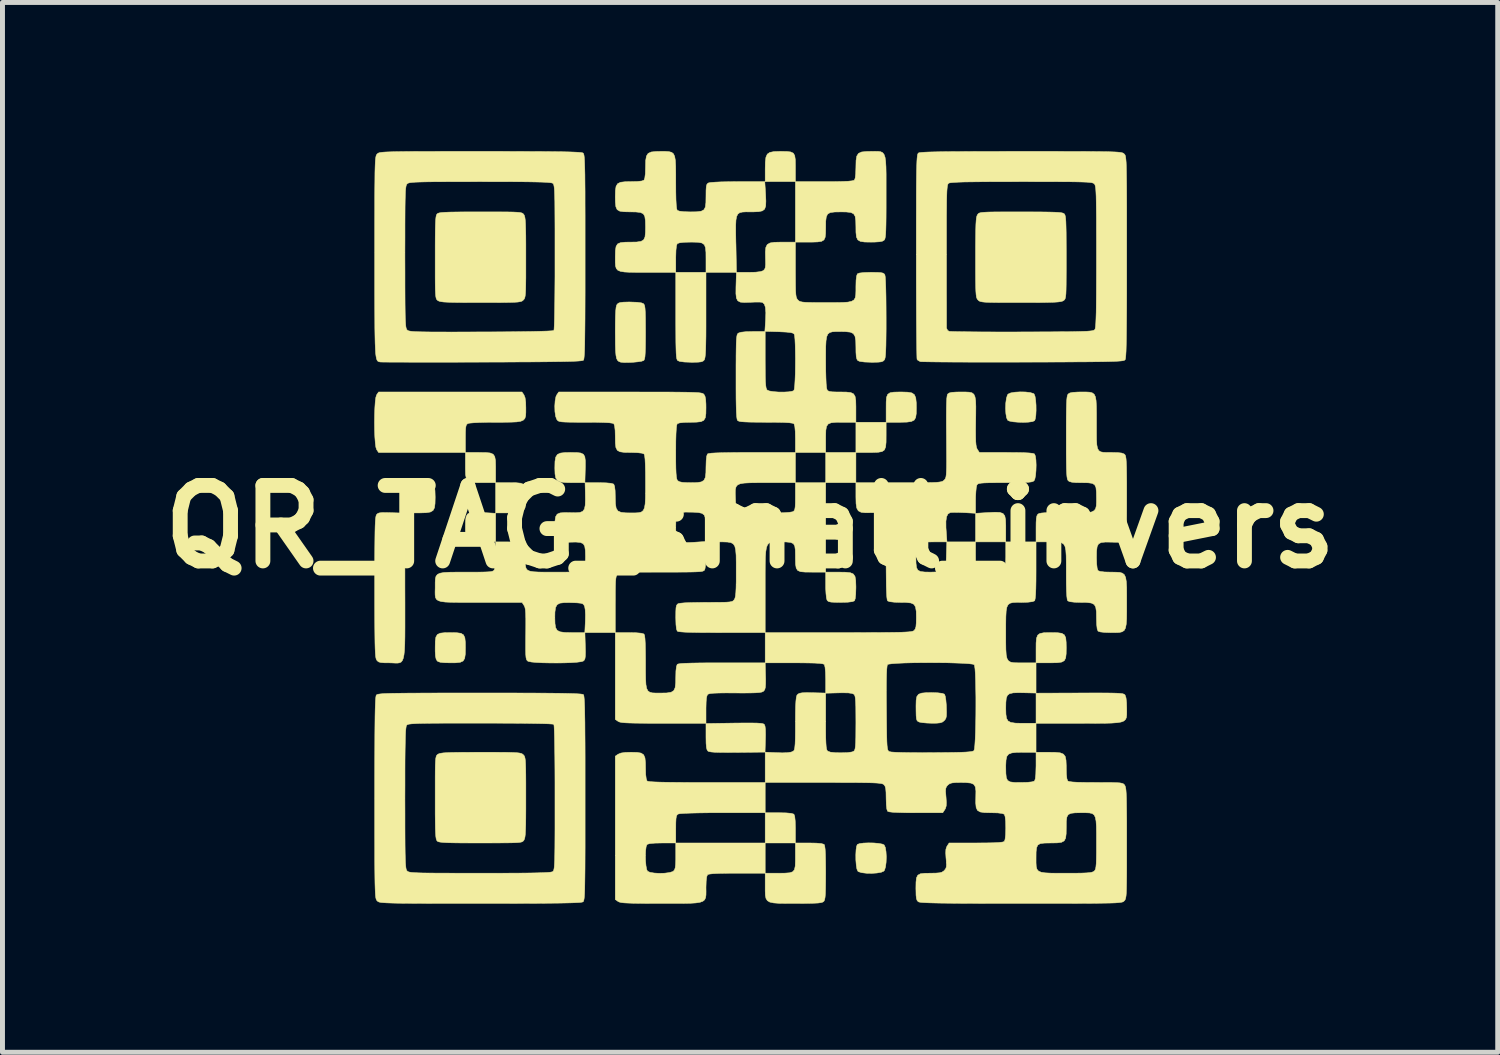
<source format=kicad_pcb>
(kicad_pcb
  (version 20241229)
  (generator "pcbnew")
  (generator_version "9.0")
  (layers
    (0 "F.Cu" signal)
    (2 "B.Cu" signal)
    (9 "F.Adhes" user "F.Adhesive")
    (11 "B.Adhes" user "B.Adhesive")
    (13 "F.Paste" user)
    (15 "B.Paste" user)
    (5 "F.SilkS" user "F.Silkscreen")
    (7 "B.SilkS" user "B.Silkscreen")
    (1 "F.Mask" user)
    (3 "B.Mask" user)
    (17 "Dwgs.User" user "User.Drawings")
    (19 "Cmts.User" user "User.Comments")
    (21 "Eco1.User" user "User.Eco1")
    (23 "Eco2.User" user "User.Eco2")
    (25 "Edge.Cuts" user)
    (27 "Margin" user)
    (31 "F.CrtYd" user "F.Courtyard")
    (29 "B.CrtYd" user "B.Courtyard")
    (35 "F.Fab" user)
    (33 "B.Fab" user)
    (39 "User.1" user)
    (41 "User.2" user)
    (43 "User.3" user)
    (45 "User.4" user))
  (footprint "QR_TAG_small_invers"
    (layer "F.Cu")
    (at 12.09 7.583)
    (property "Reference" "QR_TAG_small_invers" (at 0 0 0) (layer "F.SilkS") (effects (font (size 1.524 1.524) (thickness 0.3))))
    (attr through_hole)
    (fp_poly (pts (xy 2.746 -1.845) (xy 2.745 -1.707) (xy 2.736 -1.612) (xy 2.711 -1.551) (xy 2.663 -1.518) (xy 2.583 -1.504) (xy 2.463 -1.5) (xy 2.401 -1.5) (xy 2.136 -1.5) (xy 2.136 -2.11) (xy 2.746 -2.11) (xy 2.746 -1.845)) (stroke (width 0.01) (type solid)) (fill yes) (layer "F.SilkS"))
    (fp_poly (pts (xy 5.041 -0.29) (xy 5.105 -0.268) (xy 5.141 -0.221) (xy 5.157 -0.142) (xy 5.161 -0.024) (xy 5.161 0.04) (xy 5.161 0.305) (xy 4.551 0.305) (xy 4.551 -0.272) (xy 4.802 -0.287) (xy 4.943 -0.294) (xy 5.041 -0.29)) (stroke (width 0.01) (type solid)) (fill yes) (layer "F.SilkS"))
    (fp_poly (pts (xy -5.439 -0.29) (xy -5.386 -0.287) (xy -5.136 -0.272) (xy -5.136 0.297) (xy -5.386 0.313) (xy -5.528 0.319) (xy -5.626 0.315) (xy -5.69 0.294) (xy -5.725 0.248) (xy -5.742 0.172) (xy -5.746 0.06) (xy -5.746 0.013) (xy -5.744 -0.114) (xy -5.733 -0.201) (xy -5.704 -0.256) (xy -5.651 -0.285) (xy -5.565 -0.294) (xy -5.439 -0.29)) (stroke (width 0.01) (type solid)) (fill yes) (layer "F.SilkS"))
    (fp_poly (pts (xy -4.722 -0.889) (xy -4.63 -0.88) (xy -4.572 -0.857) (xy -4.541 -0.812) (xy -4.528 -0.737) (xy -4.526 -0.626) (xy -4.526 -0.586) (xy -4.529 -0.465) (xy -4.543 -0.381) (xy -4.576 -0.327) (xy -4.636 -0.296) (xy -4.73 -0.283) (xy -4.867 -0.28) (xy -4.882 -0.28) (xy -5.136 -0.28) (xy -5.136 -0.89) (xy -4.857 -0.89) (xy -4.722 -0.889)) (stroke (width 0.01) (type solid)) (fill yes) (layer "F.SilkS"))
    (fp_poly (pts (xy 0.735 -7.576) (xy 0.82 -7.566) (xy 0.873 -7.541) (xy 0.901 -7.492) (xy 0.913 -7.41) (xy 0.915 -7.288) (xy 0.915 -7.245) (xy 0.915 -6.967) (xy 0.305 -6.967) (xy 0.305 -7.221) (xy 0.308 -7.362) (xy 0.32 -7.46) (xy 0.348 -7.522) (xy 0.4 -7.557) (xy 0.481 -7.573) (xy 0.599 -7.577) (xy 0.612 -7.577) (xy 0.735 -7.576)) (stroke (width 0.01) (type solid)) (fill yes) (layer "F.SilkS"))
    (fp_poly (pts (xy -5.343 -1.499) (xy -5.248 -1.49) (xy -5.187 -1.465) (xy -5.154 -1.417) (xy -5.139 -1.337) (xy -5.136 -1.217) (xy -5.136 -1.155) (xy -5.136 -0.89) (xy -5.401 -0.89) (xy -5.539 -0.891) (xy -5.634 -0.9) (xy -5.695 -0.925) (xy -5.728 -0.973) (xy -5.743 -1.053) (xy -5.746 -1.173) (xy -5.746 -1.235) (xy -5.746 -1.5) (xy -5.481 -1.5) (xy -5.343 -1.499)) (stroke (width 0.01) (type solid)) (fill yes) (layer "F.SilkS"))
    (fp_poly (pts (xy -3.502 -1.499) (xy -3.418 -1.489) (xy -3.365 -1.464) (xy -3.336 -1.415) (xy -3.325 -1.333) (xy -3.325 -1.212) (xy -3.327 -1.154) (xy -3.334 -0.89) (xy -3.585 -0.89) (xy -3.726 -0.893) (xy -3.824 -0.905) (xy -3.887 -0.933) (xy -3.922 -0.985) (xy -3.937 -1.065) (xy -3.941 -1.181) (xy -3.941 -1.189) (xy -3.938 -1.319) (xy -3.923 -1.406) (xy -3.888 -1.46) (xy -3.826 -1.488) (xy -3.726 -1.499) (xy -3.625 -1.5) (xy -3.502 -1.499)) (stroke (width 0.01) (type solid)) (fill yes) (layer "F.SilkS"))
    (fp_poly (pts (xy 3.183 -2.717) (xy 3.266 -2.702) (xy 3.317 -2.666) (xy 3.344 -2.602) (xy 3.355 -2.5) (xy 3.356 -2.401) (xy 3.354 -2.285) (xy 3.342 -2.205) (xy 3.312 -2.154) (xy 3.256 -2.126) (xy 3.167 -2.113) (xy 3.036 -2.11) (xy 3.005 -2.11) (xy 2.746 -2.11) (xy 2.746 -2.389) (xy 2.747 -2.524) (xy 2.755 -2.616) (xy 2.779 -2.674) (xy 2.825 -2.705) (xy 2.902 -2.718) (xy 3.017 -2.721) (xy 3.061 -2.721) (xy 3.183 -2.717)) (stroke (width 0.01) (type solid)) (fill yes) (layer "F.SilkS"))
    (fp_poly (pts (xy 6.205 2.138) (xy 6.291 2.15) (xy 6.344 2.182) (xy 6.371 2.24) (xy 6.38 2.333) (xy 6.382 2.441) (xy 6.38 2.563) (xy 6.37 2.647) (xy 6.343 2.701) (xy 6.291 2.73) (xy 6.207 2.743) (xy 6.083 2.746) (xy 6.037 2.746) (xy 5.772 2.746) (xy 5.772 2.481) (xy 5.773 2.343) (xy 5.782 2.247) (xy 5.806 2.187) (xy 5.851 2.154) (xy 5.926 2.139) (xy 6.036 2.136) (xy 6.077 2.136) (xy 6.205 2.138)) (stroke (width 0.01) (type solid)) (fill yes) (layer "F.SilkS"))
    (fp_poly (pts (xy -6.53 -0.887) (xy -6.437 -0.877) (xy -6.389 -0.861) (xy -6.387 -0.859) (xy -6.371 -0.816) (xy -6.36 -0.728) (xy -6.356 -0.6) (xy -6.356 -0.594) (xy -6.359 -0.47) (xy -6.37 -0.384) (xy -6.4 -0.329) (xy -6.454 -0.298) (xy -6.541 -0.284) (xy -6.67 -0.28) (xy -6.718 -0.28) (xy -6.967 -0.28) (xy -6.967 -0.534) (xy -6.966 -0.675) (xy -6.958 -0.772) (xy -6.938 -0.835) (xy -6.898 -0.87) (xy -6.832 -0.886) (xy -6.734 -0.89) (xy -6.666 -0.89) (xy -6.53 -0.887)) (stroke (width 0.01) (type solid)) (fill yes) (layer "F.SilkS"))
    (fp_poly (pts (xy -5.923 2.138) (xy -5.836 2.15) (xy -5.784 2.182) (xy -5.757 2.24) (xy -5.747 2.333) (xy -5.746 2.441) (xy -5.748 2.569) (xy -5.761 2.656) (xy -5.792 2.708) (xy -5.85 2.735) (xy -5.944 2.745) (xy -6.051 2.746) (xy -6.172 2.743) (xy -6.251 2.735) (xy -6.299 2.719) (xy -6.316 2.706) (xy -6.337 2.671) (xy -6.35 2.61) (xy -6.356 2.514) (xy -6.356 2.441) (xy -6.354 2.312) (xy -6.342 2.226) (xy -6.311 2.174) (xy -6.252 2.147) (xy -6.159 2.137) (xy -6.051 2.136) (xy -5.923 2.138)) (stroke (width 0.01) (type solid)) (fill yes) (layer "F.SilkS"))
    (fp_poly (pts (xy 0.138 3.962) (xy 0.214 3.967) (xy 0.261 3.975) (xy 0.284 3.986) (xy 0.285 3.987) (xy 0.301 4.021) (xy 0.31 4.089) (xy 0.312 4.197) (xy 0.31 4.284) (xy 0.302 4.548) (xy -0.253 4.554) (xy -0.449 4.555) (xy -0.6 4.554) (xy -0.711 4.551) (xy -0.786 4.545) (xy -0.832 4.536) (xy -0.85 4.527) (xy -0.869 4.5) (xy -0.881 4.451) (xy -0.888 4.37) (xy -0.89 4.248) (xy -0.89 4.23) (xy -0.89 3.971) (xy -0.319 3.962) (xy -0.123 3.96) (xy 0.027 3.96) (xy 0.138 3.962)) (stroke (width 0.01) (type solid)) (fill yes) (layer "F.SilkS"))
    (fp_poly (pts (xy 1.927 0.917) (xy 2.023 0.927) (xy 2.084 0.953) (xy 2.118 1.002) (xy 2.132 1.082) (xy 2.136 1.2) (xy 2.136 1.236) (xy 2.132 1.362) (xy 2.122 1.451) (xy 2.106 1.495) (xy 2.105 1.495) (xy 2.062 1.511) (xy 1.972 1.522) (xy 1.84 1.525) (xy 1.826 1.526) (xy 1.71 1.524) (xy 1.635 1.52) (xy 1.589 1.51) (xy 1.563 1.493) (xy 1.552 1.476) (xy 1.541 1.431) (xy 1.532 1.348) (xy 1.526 1.242) (xy 1.526 1.171) (xy 1.526 0.915) (xy 1.789 0.915) (xy 1.927 0.917)) (stroke (width 0.01) (type solid)) (fill yes) (layer "F.SilkS"))
    (fp_poly (pts (xy 2.497 6.382) (xy 2.596 6.391) (xy 2.671 6.405) (xy 2.706 6.422) (xy 2.73 6.473) (xy 2.744 6.558) (xy 2.75 6.661) (xy 2.746 6.769) (xy 2.734 6.864) (xy 2.713 6.932) (xy 2.699 6.95) (xy 2.647 6.973) (xy 2.561 6.988) (xy 2.457 6.995) (xy 2.35 6.993) (xy 2.256 6.982) (xy 2.19 6.962) (xy 2.176 6.952) (xy 2.156 6.907) (xy 2.143 6.827) (xy 2.135 6.726) (xy 2.134 6.62) (xy 2.139 6.521) (xy 2.151 6.446) (xy 2.166 6.412) (xy 2.21 6.395) (xy 2.29 6.384) (xy 2.391 6.38) (xy 2.497 6.382)) (stroke (width 0.01) (type solid)) (fill yes) (layer "F.SilkS"))
    (fp_poly (pts (xy 5.558 -2.721) (xy 5.651 -2.71) (xy 5.717 -2.691) (xy 5.732 -2.681) (xy 5.751 -2.636) (xy 5.764 -2.556) (xy 5.772 -2.455) (xy 5.773 -2.348) (xy 5.768 -2.25) (xy 5.756 -2.175) (xy 5.741 -2.141) (xy 5.697 -2.123) (xy 5.617 -2.112) (xy 5.517 -2.108) (xy 5.41 -2.111) (xy 5.311 -2.119) (xy 5.236 -2.134) (xy 5.201 -2.15) (xy 5.177 -2.201) (xy 5.163 -2.286) (xy 5.157 -2.39) (xy 5.161 -2.497) (xy 5.174 -2.592) (xy 5.195 -2.66) (xy 5.208 -2.678) (xy 5.26 -2.702) (xy 5.347 -2.717) (xy 5.451 -2.723) (xy 5.558 -2.721)) (stroke (width 0.01) (type solid)) (fill yes) (layer "F.SilkS"))
    (fp_poly (pts (xy 7.23 3.355) (xy 7.344 3.357) (xy 7.428 3.36) (xy 7.487 3.365) (xy 7.526 3.371) (xy 7.55 3.38) (xy 7.564 3.391) (xy 7.569 3.397) (xy 7.588 3.452) (xy 7.599 3.55) (xy 7.602 3.653) (xy 7.603 3.734) (xy 7.602 3.799) (xy 7.595 3.851) (xy 7.577 3.89) (xy 7.543 3.92) (xy 7.488 3.941) (xy 7.408 3.954) (xy 7.298 3.962) (xy 7.154 3.966) (xy 6.969 3.967) (xy 6.741 3.966) (xy 6.636 3.966) (xy 5.772 3.966) (xy 5.772 3.358) (xy 6.654 3.355) (xy 6.89 3.354) (xy 7.08 3.354) (xy 7.23 3.355)) (stroke (width 0.01) (type solid)) (fill yes) (layer "F.SilkS"))
    (fp_poly (pts (xy 3.787 3.351) (xy 3.876 3.362) (xy 3.922 3.378) (xy 3.923 3.379) (xy 3.939 3.419) (xy 3.952 3.497) (xy 3.961 3.603) (xy 3.962 3.635) (xy 3.965 3.745) (xy 3.963 3.818) (xy 3.953 3.864) (xy 3.933 3.897) (xy 3.918 3.913) (xy 3.883 3.941) (xy 3.836 3.957) (xy 3.766 3.964) (xy 3.668 3.965) (xy 3.565 3.961) (xy 3.476 3.953) (xy 3.418 3.942) (xy 3.413 3.94) (xy 3.386 3.927) (xy 3.369 3.908) (xy 3.358 3.873) (xy 3.352 3.813) (xy 3.35 3.719) (xy 3.349 3.615) (xy 3.352 3.503) (xy 3.366 3.427) (xy 3.4 3.381) (xy 3.463 3.357) (xy 3.561 3.348) (xy 3.662 3.347) (xy 3.787 3.351)) (stroke (width 0.01) (type solid)) (fill yes) (layer "F.SilkS"))
    (fp_poly (pts (xy -4.565 -2.664) (xy -4.542 -2.607) (xy -4.529 -2.515) (xy -4.526 -2.401) (xy -4.526 -2.31) (xy -4.53 -2.24) (xy -4.545 -2.188) (xy -4.577 -2.153) (xy -4.63 -2.13) (xy -4.712 -2.117) (xy -4.828 -2.112) (xy -4.985 -2.11) (xy -5.133 -2.11) (xy -5.312 -2.109) (xy -5.464 -2.105) (xy -5.583 -2.099) (xy -5.664 -2.092) (xy -5.697 -2.084) (xy -5.719 -2.067) (xy -5.733 -2.039) (xy -5.741 -1.99) (xy -5.745 -1.91) (xy -5.746 -1.789) (xy -5.746 -1.779) (xy -5.746 -1.5) (xy -7.498 -1.5) (xy -7.537 -1.557) (xy -7.553 -1.605) (xy -7.565 -1.694) (xy -7.574 -1.814) (xy -7.579 -1.954) (xy -7.581 -2.105) (xy -7.579 -2.256) (xy -7.574 -2.397) (xy -7.566 -2.519) (xy -7.554 -2.611) (xy -7.538 -2.662) (xy -7.537 -2.664) (xy -7.498 -2.721) (xy -4.605 -2.721) (xy -4.565 -2.664)) (stroke (width 0.01) (type solid)) (fill yes) (layer "F.SilkS"))
    (fp_poly (pts (xy -2.281 -4.532) (xy -2.19 -4.519) (xy -2.151 -4.503) (xy -2.138 -4.485) (xy -2.127 -4.455) (xy -2.12 -4.405) (xy -2.115 -4.329) (xy -2.112 -4.22) (xy -2.111 -4.072) (xy -2.11 -3.928) (xy -2.111 -3.743) (xy -2.113 -3.603) (xy -2.117 -3.501) (xy -2.122 -3.431) (xy -2.131 -3.387) (xy -2.142 -3.362) (xy -2.148 -3.357) (xy -2.189 -3.342) (xy -2.265 -3.33) (xy -2.361 -3.321) (xy -2.461 -3.316) (xy -2.55 -3.317) (xy -2.612 -3.323) (xy -2.619 -3.325) (xy -2.652 -3.339) (xy -2.677 -3.362) (xy -2.695 -3.4) (xy -2.707 -3.461) (xy -2.715 -3.551) (xy -2.719 -3.675) (xy -2.72 -3.841) (xy -2.721 -3.928) (xy -2.72 -4.114) (xy -2.717 -4.255) (xy -2.712 -4.357) (xy -2.705 -4.427) (xy -2.694 -4.471) (xy -2.685 -4.488) (xy -2.661 -4.512) (xy -2.623 -4.526) (xy -2.56 -4.534) (xy -2.461 -4.537) (xy -2.421 -4.537) (xy -2.281 -4.532)) (stroke (width 0.01) (type solid)) (fill yes) (layer "F.SilkS"))
    (fp_poly (pts (xy 1.337 6.385) (xy 1.438 6.394) (xy 1.491 6.409) (xy 1.495 6.412) (xy 1.506 6.442) (xy 1.515 6.507) (xy 1.521 6.611) (xy 1.524 6.758) (xy 1.526 6.952) (xy 1.526 6.983) (xy 1.525 7.166) (xy 1.523 7.306) (xy 1.52 7.407) (xy 1.514 7.478) (xy 1.505 7.524) (xy 1.494 7.552) (xy 1.486 7.562) (xy 1.465 7.576) (xy 1.43 7.586) (xy 1.373 7.594) (xy 1.289 7.598) (xy 1.17 7.601) (xy 1.01 7.602) (xy 0.926 7.602) (xy 0.733 7.602) (xy 0.584 7.6) (xy 0.475 7.592) (xy 0.398 7.575) (xy 0.349 7.546) (xy 0.321 7.501) (xy 0.308 7.437) (xy 0.305 7.35) (xy 0.305 7.246) (xy 0.305 6.992) (xy 0.561 6.992) (xy 0.701 6.991) (xy 0.799 6.984) (xy 0.861 6.963) (xy 0.896 6.921) (xy 0.911 6.85) (xy 0.915 6.744) (xy 0.915 6.661) (xy 0.915 6.382) (xy 1.19 6.382) (xy 1.337 6.385)) (stroke (width 0.01) (type solid)) (fill yes) (layer "F.SilkS"))
    (fp_poly (pts (xy -7.236 -0.284) (xy -7.236 -0.284) (xy -6.967 -0.276) (xy -6.967 1.207) (xy -6.966 1.527) (xy -6.966 1.799) (xy -6.966 2.028) (xy -6.967 2.218) (xy -6.97 2.371) (xy -6.976 2.493) (xy -6.986 2.585) (xy -7 2.653) (xy -7.019 2.7) (xy -7.044 2.73) (xy -7.075 2.745) (xy -7.114 2.751) (xy -7.161 2.751) (xy -7.217 2.748) (xy -7.281 2.746) (xy -7.389 2.745) (xy -7.457 2.739) (xy -7.499 2.726) (xy -7.526 2.704) (xy -7.537 2.689) (xy -7.546 2.672) (xy -7.553 2.645) (xy -7.559 2.603) (xy -7.564 2.543) (xy -7.568 2.46) (xy -7.571 2.351) (xy -7.573 2.212) (xy -7.575 2.038) (xy -7.576 1.827) (xy -7.577 1.573) (xy -7.577 1.272) (xy -7.577 1.22) (xy -7.577 0.908) (xy -7.576 0.644) (xy -7.575 0.423) (xy -7.573 0.241) (xy -7.571 0.095) (xy -7.568 -0.02) (xy -7.564 -0.106) (xy -7.559 -0.168) (xy -7.552 -0.21) (xy -7.545 -0.235) (xy -7.541 -0.243) (xy -7.52 -0.265) (xy -7.489 -0.279) (xy -7.438 -0.286) (xy -7.357 -0.287) (xy -7.236 -0.284)) (stroke (width 0.01) (type solid)) (fill yes) (layer "F.SilkS"))
    (fp_poly (pts (xy 2.586 -7.577) (xy 2.637 -7.57) (xy 2.676 -7.551) (xy 2.704 -7.516) (xy 2.724 -7.46) (xy 2.736 -7.379) (xy 2.743 -7.266) (xy 2.746 -7.118) (xy 2.746 -6.929) (xy 2.746 -6.695) (xy 2.746 -6.662) (xy 2.746 -6.43) (xy 2.745 -6.244) (xy 2.743 -6.098) (xy 2.74 -5.987) (xy 2.736 -5.906) (xy 2.73 -5.851) (xy 2.722 -5.815) (xy 2.712 -5.793) (xy 2.706 -5.786) (xy 2.671 -5.765) (xy 2.61 -5.753) (xy 2.514 -5.747) (xy 2.441 -5.746) (xy 2.312 -5.748) (xy 2.226 -5.761) (xy 2.174 -5.792) (xy 2.147 -5.85) (xy 2.137 -5.944) (xy 2.136 -6.051) (xy 2.133 -6.18) (xy 2.121 -6.266) (xy 2.09 -6.318) (xy 2.032 -6.345) (xy 1.938 -6.355) (xy 1.831 -6.356) (xy 1.704 -6.354) (xy 1.619 -6.343) (xy 1.566 -6.313) (xy 1.538 -6.257) (xy 1.527 -6.167) (xy 1.526 -6.038) (xy 1.524 -5.922) (xy 1.515 -5.842) (xy 1.491 -5.791) (xy 1.443 -5.762) (xy 1.363 -5.75) (xy 1.245 -5.746) (xy 1.171 -5.746) (xy 0.915 -5.746) (xy 0.915 -6.967) (xy 1.495 -6.967) (xy 1.702 -6.967) (xy 1.863 -6.97) (xy 1.98 -6.975) (xy 2.057 -6.983) (xy 2.098 -6.993) (xy 2.105 -6.997) (xy 2.122 -7.04) (xy 2.132 -7.129) (xy 2.136 -7.257) (xy 2.136 -7.263) (xy 2.139 -7.394) (xy 2.154 -7.482) (xy 2.188 -7.536) (xy 2.25 -7.565) (xy 2.348 -7.575) (xy 2.441 -7.577) (xy 2.521 -7.578) (xy 2.586 -7.577)) (stroke (width 0.01) (type solid)) (fill yes) (layer "F.SilkS"))
    (fp_poly (pts (xy -5.213 -6.356) (xy -5.03 -6.356) (xy -4.888 -6.355) (xy -4.78 -6.353) (xy -4.702 -6.349) (xy -4.648 -6.344) (xy -4.612 -6.336) (xy -4.59 -6.327) (xy -4.576 -6.314) (xy -4.565 -6.3) (xy -4.554 -6.278) (xy -4.545 -6.243) (xy -4.538 -6.191) (xy -4.533 -6.115) (xy -4.53 -6.011) (xy -4.527 -5.874) (xy -4.526 -5.697) (xy -4.526 -5.475) (xy -4.526 -5.435) (xy -4.526 -5.211) (xy -4.526 -5.032) (xy -4.528 -4.893) (xy -4.53 -4.788) (xy -4.534 -4.711) (xy -4.54 -4.658) (xy -4.548 -4.622) (xy -4.558 -4.599) (xy -4.572 -4.582) (xy -4.577 -4.577) (xy -4.593 -4.562) (xy -4.614 -4.551) (xy -4.645 -4.543) (xy -4.691 -4.536) (xy -4.759 -4.532) (xy -4.854 -4.529) (xy -4.982 -4.527) (xy -5.147 -4.526) (xy -5.356 -4.526) (xy -5.435 -4.526) (xy -5.665 -4.526) (xy -5.848 -4.527) (xy -5.992 -4.529) (xy -6.101 -4.533) (xy -6.181 -4.537) (xy -6.236 -4.544) (xy -6.273 -4.553) (xy -6.297 -4.563) (xy -6.3 -4.565) (xy -6.315 -4.577) (xy -6.328 -4.592) (xy -6.337 -4.615) (xy -6.344 -4.652) (xy -6.349 -4.707) (xy -6.353 -4.788) (xy -6.355 -4.898) (xy -6.356 -5.043) (xy -6.356 -5.229) (xy -6.356 -5.441) (xy -6.356 -5.673) (xy -6.355 -5.859) (xy -6.353 -6.005) (xy -6.35 -6.115) (xy -6.346 -6.196) (xy -6.34 -6.252) (xy -6.332 -6.288) (xy -6.322 -6.309) (xy -6.316 -6.316) (xy -6.3 -6.327) (xy -6.272 -6.336) (xy -6.226 -6.343) (xy -6.158 -6.348) (xy -6.063 -6.352) (xy -5.935 -6.354) (xy -5.769 -6.356) (xy -5.56 -6.356) (xy -5.441 -6.356) (xy -5.213 -6.356)) (stroke (width 0.01) (type solid)) (fill yes) (layer "F.SilkS"))
    (fp_poly (pts (xy -5.211 4.551) (xy -5.032 4.552) (xy -4.893 4.553) (xy -4.788 4.556) (xy -4.711 4.56) (xy -4.658 4.566) (xy -4.622 4.574) (xy -4.599 4.584) (xy -4.582 4.597) (xy -4.577 4.602) (xy -4.562 4.618) (xy -4.551 4.639) (xy -4.543 4.67) (xy -4.536 4.717) (xy -4.532 4.785) (xy -4.529 4.88) (xy -4.527 5.007) (xy -4.526 5.172) (xy -4.526 5.381) (xy -4.526 5.461) (xy -4.526 5.69) (xy -4.527 5.874) (xy -4.529 6.018) (xy -4.533 6.126) (xy -4.537 6.206) (xy -4.544 6.262) (xy -4.553 6.299) (xy -4.563 6.322) (xy -4.565 6.325) (xy -4.577 6.341) (xy -4.592 6.353) (xy -4.615 6.363) (xy -4.652 6.37) (xy -4.707 6.375) (xy -4.788 6.378) (xy -4.898 6.38) (xy -5.043 6.381) (xy -5.229 6.382) (xy -5.441 6.382) (xy -5.673 6.382) (xy -5.859 6.381) (xy -6.005 6.379) (xy -6.115 6.376) (xy -6.196 6.371) (xy -6.252 6.365) (xy -6.288 6.358) (xy -6.309 6.348) (xy -6.316 6.342) (xy -6.327 6.325) (xy -6.336 6.297) (xy -6.343 6.252) (xy -6.348 6.184) (xy -6.352 6.088) (xy -6.354 5.96) (xy -6.356 5.795) (xy -6.356 5.586) (xy -6.356 5.466) (xy -6.356 5.238) (xy -6.356 5.056) (xy -6.355 4.913) (xy -6.353 4.806) (xy -6.349 4.728) (xy -6.344 4.673) (xy -6.336 4.638) (xy -6.327 4.616) (xy -6.314 4.601) (xy -6.3 4.591) (xy -6.278 4.58) (xy -6.243 4.571) (xy -6.191 4.564) (xy -6.115 4.559) (xy -6.011 4.555) (xy -5.874 4.553) (xy -5.697 4.552) (xy -5.475 4.551) (xy -5.435 4.551) (xy -5.211 4.551)) (stroke (width 0.01) (type solid)) (fill yes) (layer "F.SilkS"))
    (fp_poly (pts (xy 5.698 -6.356) (xy 5.884 -6.355) (xy 6.03 -6.353) (xy 6.141 -6.35) (xy 6.221 -6.346) (xy 6.277 -6.34) (xy 6.313 -6.332) (xy 6.335 -6.322) (xy 6.342 -6.316) (xy 6.353 -6.3) (xy 6.362 -6.272) (xy 6.369 -6.226) (xy 6.374 -6.158) (xy 6.377 -6.063) (xy 6.38 -5.935) (xy 6.381 -5.769) (xy 6.382 -5.56) (xy 6.382 -5.441) (xy 6.382 -5.213) (xy 6.381 -5.03) (xy 6.38 -4.888) (xy 6.378 -4.78) (xy 6.375 -4.702) (xy 6.369 -4.648) (xy 6.362 -4.612) (xy 6.352 -4.59) (xy 6.34 -4.576) (xy 6.325 -4.565) (xy 6.303 -4.554) (xy 6.269 -4.545) (xy 6.216 -4.538) (xy 6.141 -4.533) (xy 6.037 -4.53) (xy 5.899 -4.527) (xy 5.722 -4.526) (xy 5.5 -4.526) (xy 5.461 -4.526) (xy 5.236 -4.526) (xy 5.057 -4.526) (xy 4.918 -4.528) (xy 4.813 -4.53) (xy 4.737 -4.534) (xy 4.683 -4.54) (xy 4.648 -4.548) (xy 4.624 -4.558) (xy 4.607 -4.572) (xy 4.602 -4.577) (xy 4.588 -4.593) (xy 4.577 -4.614) (xy 4.568 -4.645) (xy 4.562 -4.691) (xy 4.557 -4.759) (xy 4.554 -4.854) (xy 4.552 -4.982) (xy 4.551 -5.147) (xy 4.551 -5.356) (xy 4.551 -5.435) (xy 4.551 -5.665) (xy 4.553 -5.848) (xy 4.555 -5.992) (xy 4.558 -6.101) (xy 4.563 -6.181) (xy 4.569 -6.236) (xy 4.578 -6.273) (xy 4.589 -6.297) (xy 4.591 -6.3) (xy 4.602 -6.315) (xy 4.617 -6.328) (xy 4.64 -6.337) (xy 4.677 -6.344) (xy 4.733 -6.349) (xy 4.813 -6.353) (xy 4.923 -6.355) (xy 5.069 -6.356) (xy 5.255 -6.356) (xy 5.466 -6.356) (xy 5.698 -6.356)) (stroke (width 0.01) (type solid)) (fill yes) (layer "F.SilkS"))
    (fp_poly (pts (xy 0.58 5.772) (xy 0.727 5.775) (xy 0.828 5.784) (xy 0.88 5.799) (xy 0.885 5.802) (xy 0.901 5.846) (xy 0.911 5.938) (xy 0.915 6.076) (xy 0.915 6.107) (xy 0.915 6.382) (xy 0.305 6.382) (xy 0.305 6.992) (xy -0.262 6.992) (xy -0.467 6.993) (xy -0.625 6.996) (xy -0.74 7.001) (xy -0.815 7.009) (xy -0.854 7.019) (xy -0.859 7.023) (xy -0.876 7.066) (xy -0.886 7.153) (xy -0.89 7.277) (xy -0.89 7.277) (xy -0.889 7.362) (xy -0.89 7.432) (xy -0.898 7.486) (xy -0.917 7.528) (xy -0.953 7.558) (xy -1.01 7.579) (xy -1.093 7.592) (xy -1.207 7.599) (xy -1.358 7.602) (xy -1.549 7.602) (xy -1.785 7.602) (xy -1.8 7.602) (xy -2.029 7.602) (xy -2.213 7.601) (xy -2.356 7.599) (xy -2.465 7.595) (xy -2.545 7.591) (xy -2.6 7.584) (xy -2.637 7.575) (xy -2.661 7.565) (xy -2.664 7.563) (xy -2.721 7.523) (xy -2.721 6.637) (xy -2.112 6.637) (xy -2.11 6.743) (xy -2.101 6.842) (xy -2.087 6.917) (xy -2.07 6.952) (xy -2.02 6.975) (xy -1.936 6.989) (xy -1.832 6.995) (xy -1.725 6.992) (xy -1.63 6.98) (xy -1.562 6.96) (xy -1.547 6.95) (xy -1.525 6.923) (xy -1.511 6.882) (xy -1.504 6.818) (xy -1.5 6.718) (xy -1.5 6.645) (xy -1.5 6.382) (xy -1.775 6.382) (xy -1.922 6.385) (xy -2.023 6.394) (xy -2.075 6.409) (xy -2.08 6.412) (xy -2.098 6.456) (xy -2.108 6.536) (xy -2.112 6.637) (xy -2.721 6.637) (xy -2.721 6.103) (xy -1.5 6.103) (xy -1.5 6.382) (xy 0.305 6.382) (xy 0.305 5.772) (xy -0.548 5.772) (xy -0.802 5.772) (xy -1.018 5.775) (xy -1.194 5.779) (xy -1.326 5.784) (xy -1.413 5.79) (xy -1.451 5.798) (xy -1.473 5.814) (xy -1.487 5.843) (xy -1.495 5.892) (xy -1.499 5.972) (xy -1.5 6.093) (xy -1.5 6.103) (xy -2.721 6.103) (xy -2.721 4.63) (xy -2.664 4.591) (xy -2.607 4.567) (xy -2.515 4.554) (xy -2.401 4.551) (xy -2.281 4.554) (xy -2.199 4.568) (xy -2.149 4.602) (xy -2.122 4.663) (xy -2.112 4.76) (xy -2.11 4.872) (xy -2.107 4.998) (xy -2.096 5.086) (xy -2.08 5.131) (xy -2.08 5.131) (xy -2.059 5.138) (xy -2.01 5.145) (xy -1.93 5.15) (xy -1.816 5.154) (xy -1.664 5.157) (xy -1.472 5.159) (xy -1.237 5.161) (xy -0.954 5.161) (xy -0.872 5.161) (xy 0.305 5.161) (xy 0.305 5.772) (xy 0.58 5.772)) (stroke (width 0.01) (type solid)) (fill yes) (layer "F.SilkS"))
    (fp_poly (pts (xy 6.853 -2.717) (xy 6.907 -2.703) (xy 6.945 -2.675) (xy 6.97 -2.624) (xy 6.984 -2.546) (xy 6.99 -2.436) (xy 6.992 -2.286) (xy 6.992 -2.091) (xy 6.992 -2.09) (xy 6.992 -1.902) (xy 6.993 -1.759) (xy 6.999 -1.654) (xy 7.013 -1.582) (xy 7.039 -1.537) (xy 7.079 -1.512) (xy 7.137 -1.502) (xy 7.215 -1.5) (xy 7.306 -1.5) (xy 7.425 -1.497) (xy 7.503 -1.488) (xy 7.549 -1.47) (xy 7.562 -1.46) (xy 7.573 -1.444) (xy 7.582 -1.415) (xy 7.589 -1.369) (xy 7.594 -1.301) (xy 7.598 -1.205) (xy 7.6 -1.076) (xy 7.602 -0.908) (xy 7.602 -0.697) (xy 7.602 -0.601) (xy 7.602 -0.366) (xy 7.601 -0.178) (xy 7.598 -0.03) (xy 7.595 0.082) (xy 7.59 0.163) (xy 7.583 0.218) (xy 7.574 0.253) (xy 7.566 0.268) (xy 7.543 0.292) (xy 7.509 0.306) (xy 7.452 0.312) (xy 7.362 0.312) (xy 7.302 0.31) (xy 7.174 0.308) (xy 7.087 0.317) (xy 7.033 0.346) (xy 7.005 0.401) (xy 6.994 0.491) (xy 6.992 0.62) (xy 6.996 0.749) (xy 7.006 0.839) (xy 7.022 0.884) (xy 7.023 0.885) (xy 7.066 0.901) (xy 7.153 0.912) (xy 7.277 0.915) (xy 7.277 0.915) (xy 7.379 0.916) (xy 7.458 0.92) (xy 7.515 0.936) (xy 7.555 0.968) (xy 7.58 1.023) (xy 7.594 1.106) (xy 7.601 1.224) (xy 7.602 1.383) (xy 7.602 1.52) (xy 7.602 1.712) (xy 7.6 1.86) (xy 7.592 1.968) (xy 7.577 2.044) (xy 7.55 2.093) (xy 7.508 2.12) (xy 7.45 2.133) (xy 7.371 2.136) (xy 7.288 2.136) (xy 7.159 2.132) (xy 7.069 2.122) (xy 7.023 2.106) (xy 7.023 2.105) (xy 7.006 2.062) (xy 6.996 1.974) (xy 6.992 1.847) (xy 6.992 1.842) (xy 6.99 1.712) (xy 6.977 1.623) (xy 6.946 1.568) (xy 6.888 1.539) (xy 6.795 1.527) (xy 6.671 1.526) (xy 6.545 1.522) (xy 6.457 1.512) (xy 6.413 1.495) (xy 6.412 1.495) (xy 6.401 1.466) (xy 6.393 1.401) (xy 6.387 1.296) (xy 6.383 1.149) (xy 6.382 0.955) (xy 6.382 0.924) (xy 6.382 0.731) (xy 6.38 0.583) (xy 6.373 0.474) (xy 6.357 0.397) (xy 6.328 0.348) (xy 6.284 0.321) (xy 6.221 0.308) (xy 6.134 0.305) (xy 6.022 0.305) (xy 6.02 0.305) (xy 5.772 0.305) (xy 5.772 0.041) (xy 5.773 -0.084) (xy 5.778 -0.168) (xy 5.789 -0.22) (xy 5.806 -0.251) (xy 5.813 -0.257) (xy 5.839 -0.27) (xy 5.885 -0.278) (xy 5.958 -0.284) (xy 6.064 -0.286) (xy 6.21 -0.286) (xy 6.361 -0.283) (xy 6.556 -0.28) (xy 6.706 -0.28) (xy 6.817 -0.286) (xy 6.895 -0.3) (xy 6.945 -0.326) (xy 6.974 -0.365) (xy 6.988 -0.421) (xy 6.992 -0.497) (xy 6.992 -0.574) (xy 6.99 -0.705) (xy 6.981 -0.794) (xy 6.955 -0.848) (xy 6.906 -0.877) (xy 6.826 -0.888) (xy 6.707 -0.89) (xy 6.701 -0.89) (xy 6.577 -0.892) (xy 6.495 -0.9) (xy 6.445 -0.914) (xy 6.422 -0.93) (xy 6.411 -0.946) (xy 6.402 -0.975) (xy 6.395 -1.02) (xy 6.39 -1.088) (xy 6.386 -1.183) (xy 6.384 -1.311) (xy 6.382 -1.477) (xy 6.382 -1.686) (xy 6.382 -1.805) (xy 6.382 -2.037) (xy 6.383 -2.223) (xy 6.385 -2.369) (xy 6.388 -2.48) (xy 6.392 -2.56) (xy 6.398 -2.616) (xy 6.406 -2.652) (xy 6.416 -2.674) (xy 6.422 -2.681) (xy 6.457 -2.702) (xy 6.519 -2.714) (xy 6.616 -2.72) (xy 6.685 -2.721) (xy 6.78 -2.721) (xy 6.853 -2.717)) (stroke (width 0.01) (type solid)) (fill yes) (layer "F.SilkS"))
    (fp_poly (pts (xy -5.073 3.355) (xy -4.738 3.355) (xy -4.448 3.356) (xy -4.2 3.357) (xy -3.991 3.359) (xy -3.818 3.361) (xy -3.678 3.364) (xy -3.568 3.367) (xy -3.485 3.371) (xy -3.426 3.375) (xy -3.387 3.38) (xy -3.367 3.386) (xy -3.363 3.389) (xy -3.357 3.403) (xy -3.352 3.434) (xy -3.347 3.485) (xy -3.343 3.558) (xy -3.339 3.658) (xy -3.337 3.786) (xy -3.334 3.946) (xy -3.333 4.141) (xy -3.331 4.373) (xy -3.33 4.647) (xy -3.33 4.964) (xy -3.33 5.327) (xy -3.33 5.481) (xy -3.33 5.853) (xy -3.33 6.178) (xy -3.33 6.459) (xy -3.331 6.699) (xy -3.332 6.901) (xy -3.334 7.069) (xy -3.336 7.206) (xy -3.338 7.314) (xy -3.341 7.399) (xy -3.345 7.462) (xy -3.35 7.507) (xy -3.356 7.537) (xy -3.362 7.556) (xy -3.369 7.567) (xy -3.373 7.57) (xy -3.392 7.576) (xy -3.432 7.582) (xy -3.496 7.586) (xy -3.588 7.59) (xy -3.709 7.593) (xy -3.863 7.596) (xy -4.053 7.598) (xy -4.28 7.6) (xy -4.549 7.601) (xy -4.861 7.602) (xy -5.22 7.602) (xy -5.446 7.602) (xy -5.815 7.602) (xy -6.136 7.602) (xy -6.413 7.602) (xy -6.649 7.601) (xy -6.848 7.6) (xy -7.013 7.599) (xy -7.148 7.597) (xy -7.255 7.594) (xy -7.338 7.591) (xy -7.401 7.587) (xy -7.446 7.583) (xy -7.478 7.577) (xy -7.499 7.57) (xy -7.513 7.562) (xy -7.524 7.553) (xy -7.526 7.551) (xy -7.535 7.541) (xy -7.543 7.528) (xy -7.55 7.508) (xy -7.556 7.479) (xy -7.561 7.437) (xy -7.565 7.378) (xy -7.568 7.299) (xy -7.571 7.198) (xy -7.573 7.069) (xy -7.575 6.911) (xy -7.576 6.719) (xy -7.576 6.491) (xy -7.577 6.223) (xy -7.577 5.911) (xy -7.577 5.553) (xy -7.577 5.476) (xy -6.967 5.476) (xy -6.966 5.783) (xy -6.966 6.043) (xy -6.965 6.261) (xy -6.964 6.439) (xy -6.962 6.583) (xy -6.959 6.696) (xy -6.956 6.782) (xy -6.951 6.845) (xy -6.946 6.889) (xy -6.939 6.919) (xy -6.931 6.937) (xy -6.924 6.945) (xy -6.913 6.955) (xy -6.896 6.964) (xy -6.87 6.971) (xy -6.83 6.977) (xy -6.772 6.981) (xy -6.693 6.985) (xy -6.588 6.988) (xy -6.453 6.989) (xy -6.284 6.991) (xy -6.078 6.991) (xy -5.83 6.992) (xy -5.536 6.992) (xy -5.455 6.992) (xy -5.135 6.992) (xy -4.862 6.991) (xy -4.634 6.99) (xy -4.446 6.988) (xy -4.295 6.985) (xy -4.178 6.981) (xy -4.092 6.977) (xy -4.032 6.972) (xy -3.996 6.965) (xy -3.982 6.959) (xy -3.973 6.95) (xy -3.965 6.934) (xy -3.958 6.907) (xy -3.952 6.866) (xy -3.948 6.806) (xy -3.944 6.724) (xy -3.942 6.615) (xy -3.94 6.476) (xy -3.939 6.303) (xy -3.938 6.092) (xy -3.938 5.839) (xy -3.938 5.54) (xy -3.938 5.468) (xy -3.938 5.168) (xy -3.939 4.894) (xy -3.941 4.65) (xy -3.944 4.439) (xy -3.947 4.264) (xy -3.951 4.129) (xy -3.955 4.037) (xy -3.96 3.991) (xy -3.961 3.987) (xy -3.991 3.982) (xy -4.069 3.977) (xy -4.19 3.973) (xy -4.353 3.97) (xy -4.552 3.967) (xy -4.786 3.965) (xy -5.051 3.964) (xy -5.343 3.963) (xy -5.443 3.963) (xy -5.753 3.963) (xy -6.016 3.963) (xy -6.236 3.964) (xy -6.417 3.965) (xy -6.563 3.967) (xy -6.677 3.969) (xy -6.765 3.973) (xy -6.829 3.977) (xy -6.874 3.982) (xy -6.903 3.988) (xy -6.922 3.996) (xy -6.932 4.005) (xy -6.934 4.008) (xy -6.941 4.028) (xy -6.947 4.069) (xy -6.953 4.134) (xy -6.957 4.227) (xy -6.96 4.351) (xy -6.963 4.51) (xy -6.965 4.707) (xy -6.966 4.945) (xy -6.966 5.228) (xy -6.967 5.476) (xy -7.577 5.476) (xy -7.577 5.471) (xy -7.577 5.085) (xy -7.576 4.747) (xy -7.575 4.453) (xy -7.574 4.203) (xy -7.572 3.992) (xy -7.57 3.818) (xy -7.567 3.679) (xy -7.563 3.571) (xy -7.559 3.491) (xy -7.554 3.437) (xy -7.548 3.407) (xy -7.545 3.399) (xy -7.537 3.391) (xy -7.522 3.384) (xy -7.497 3.378) (xy -7.458 3.373) (xy -7.404 3.368) (xy -7.33 3.365) (xy -7.232 3.362) (xy -7.108 3.36) (xy -6.955 3.358) (xy -6.768 3.357) (xy -6.546 3.356) (xy -6.284 3.355) (xy -5.979 3.355) (xy -5.628 3.355) (xy -5.455 3.355) (xy -5.073 3.355)) (stroke (width 0.01) (type solid)) (fill yes) (layer "F.SilkS"))
    (fp_poly (pts (xy 5.84 -7.577) (xy 6.161 -7.577) (xy 6.438 -7.576) (xy 6.675 -7.576) (xy 6.874 -7.575) (xy 7.039 -7.573) (xy 7.173 -7.572) (xy 7.28 -7.569) (xy 7.363 -7.566) (xy 7.426 -7.562) (xy 7.471 -7.557) (xy 7.503 -7.551) (xy 7.524 -7.545) (xy 7.539 -7.537) (xy 7.549 -7.528) (xy 7.551 -7.526) (xy 7.561 -7.516) (xy 7.569 -7.503) (xy 7.576 -7.483) (xy 7.581 -7.454) (xy 7.586 -7.411) (xy 7.591 -7.353) (xy 7.594 -7.274) (xy 7.596 -7.172) (xy 7.598 -7.044) (xy 7.6 -6.886) (xy 7.601 -6.694) (xy 7.602 -6.466) (xy 7.602 -6.197) (xy 7.602 -5.886) (xy 7.602 -5.527) (xy 7.602 -5.446) (xy 7.602 -5.059) (xy 7.602 -4.721) (xy 7.601 -4.428) (xy 7.599 -4.177) (xy 7.597 -3.967) (xy 7.595 -3.793) (xy 7.592 -3.653) (xy 7.589 -3.545) (xy 7.584 -3.465) (xy 7.579 -3.412) (xy 7.574 -3.381) (xy 7.57 -3.373) (xy 7.562 -3.365) (xy 7.547 -3.358) (xy 7.521 -3.352) (xy 7.482 -3.347) (xy 7.427 -3.343) (xy 7.351 -3.339) (xy 7.252 -3.336) (xy 7.127 -3.333) (xy 6.971 -3.331) (xy 6.782 -3.329) (xy 6.557 -3.328) (xy 6.291 -3.326) (xy 5.983 -3.325) (xy 5.628 -3.324) (xy 5.509 -3.324) (xy 5.192 -3.323) (xy 4.888 -3.323) (xy 4.603 -3.323) (xy 4.339 -3.324) (xy 4.102 -3.325) (xy 3.894 -3.326) (xy 3.72 -3.328) (xy 3.583 -3.33) (xy 3.489 -3.332) (xy 3.439 -3.334) (xy 3.434 -3.335) (xy 3.386 -3.362) (xy 3.371 -3.378) (xy 3.368 -3.407) (xy 3.366 -3.483) (xy 3.364 -3.602) (xy 3.362 -3.76) (xy 3.36 -3.954) (xy 3.358 -4.18) (xy 3.357 -4.433) (xy 3.356 -4.71) (xy 3.355 -5.007) (xy 3.355 -5.32) (xy 3.355 -5.459) (xy 3.355 -5.801) (xy 3.964 -5.801) (xy 3.964 -5.498) (xy 3.964 -5.478) (xy 3.964 -5.213) (xy 3.964 -4.962) (xy 3.964 -4.73) (xy 3.965 -4.523) (xy 3.965 -4.344) (xy 3.965 -4.198) (xy 3.965 -4.091) (xy 3.965 -4.027) (xy 3.965 -4.01) (xy 3.987 -3.965) (xy 4.016 -3.946) (xy 4.05 -3.943) (xy 4.13 -3.94) (xy 4.251 -3.938) (xy 4.409 -3.936) (xy 4.599 -3.934) (xy 4.816 -3.933) (xy 5.056 -3.932) (xy 5.313 -3.932) (xy 5.496 -3.933) (xy 5.803 -3.934) (xy 6.063 -3.935) (xy 6.28 -3.937) (xy 6.458 -3.938) (xy 6.601 -3.941) (xy 6.713 -3.944) (xy 6.798 -3.947) (xy 6.861 -3.952) (xy 6.904 -3.957) (xy 6.932 -3.964) (xy 6.949 -3.972) (xy 6.959 -3.982) (xy 6.959 -3.982) (xy 6.967 -4.002) (xy 6.973 -4.044) (xy 6.978 -4.109) (xy 6.982 -4.203) (xy 6.986 -4.328) (xy 6.988 -4.487) (xy 6.99 -4.684) (xy 6.991 -4.923) (xy 6.992 -5.207) (xy 6.992 -5.45) (xy 6.992 -5.757) (xy 6.991 -6.018) (xy 6.991 -6.235) (xy 6.989 -6.414) (xy 6.987 -6.558) (xy 6.985 -6.67) (xy 6.981 -6.757) (xy 6.977 -6.82) (xy 6.971 -6.864) (xy 6.964 -6.893) (xy 6.956 -6.912) (xy 6.95 -6.92) (xy 6.939 -6.93) (xy 6.922 -6.938) (xy 6.895 -6.946) (xy 6.855 -6.951) (xy 6.798 -6.956) (xy 6.718 -6.959) (xy 6.613 -6.962) (xy 6.478 -6.964) (xy 6.31 -6.965) (xy 6.103 -6.966) (xy 5.855 -6.966) (xy 5.561 -6.967) (xy 5.48 -6.967) (xy 5.16 -6.966) (xy 4.887 -6.966) (xy 4.659 -6.964) (xy 4.471 -6.962) (xy 4.32 -6.96) (xy 4.203 -6.956) (xy 4.117 -6.951) (xy 4.057 -6.946) (xy 4.021 -6.94) (xy 4.008 -6.934) (xy 3.998 -6.924) (xy 3.99 -6.908) (xy 3.983 -6.881) (xy 3.978 -6.839) (xy 3.973 -6.779) (xy 3.97 -6.696) (xy 3.967 -6.586) (xy 3.966 -6.446) (xy 3.964 -6.271) (xy 3.964 -6.057) (xy 3.964 -5.801) (xy 3.355 -5.801) (xy 3.355 -5.831) (xy 3.355 -6.156) (xy 3.356 -6.436) (xy 3.356 -6.676) (xy 3.357 -6.878) (xy 3.359 -7.045) (xy 3.361 -7.182) (xy 3.364 -7.29) (xy 3.367 -7.374) (xy 3.371 -7.437) (xy 3.376 -7.482) (xy 3.381 -7.512) (xy 3.388 -7.531) (xy 3.395 -7.542) (xy 3.399 -7.545) (xy 3.417 -7.551) (xy 3.457 -7.556) (xy 3.522 -7.561) (xy 3.613 -7.565) (xy 3.735 -7.568) (xy 3.889 -7.571) (xy 4.078 -7.573) (xy 4.306 -7.574) (xy 4.574 -7.576) (xy 4.886 -7.576) (xy 5.245 -7.577) (xy 5.471 -7.577) (xy 5.84 -7.577)) (stroke (width 0.01) (type solid)) (fill yes) (layer "F.SilkS"))
    (fp_poly (pts (xy -5.059 -7.577) (xy -4.721 -7.576) (xy -4.428 -7.575) (xy -4.178 -7.574) (xy -3.967 -7.572) (xy -3.793 -7.57) (xy -3.653 -7.567) (xy -3.545 -7.563) (xy -3.466 -7.559) (xy -3.412 -7.554) (xy -3.381 -7.548) (xy -3.373 -7.545) (xy -3.365 -7.537) (xy -3.358 -7.522) (xy -3.352 -7.497) (xy -3.347 -7.458) (xy -3.343 -7.404) (xy -3.34 -7.33) (xy -3.337 -7.232) (xy -3.334 -7.108) (xy -3.333 -6.955) (xy -3.331 -6.768) (xy -3.331 -6.546) (xy -3.33 -6.284) (xy -3.33 -5.979) (xy -3.33 -5.628) (xy -3.33 -5.455) (xy -3.33 -5.073) (xy -3.33 -4.738) (xy -3.331 -4.448) (xy -3.332 -4.2) (xy -3.334 -3.991) (xy -3.336 -3.818) (xy -3.338 -3.678) (xy -3.341 -3.568) (xy -3.345 -3.485) (xy -3.35 -3.425) (xy -3.355 -3.387) (xy -3.361 -3.367) (xy -3.363 -3.363) (xy -3.378 -3.357) (xy -3.41 -3.351) (xy -3.462 -3.346) (xy -3.537 -3.342) (xy -3.639 -3.338) (xy -3.77 -3.335) (xy -3.934 -3.333) (xy -4.132 -3.33) (xy -4.37 -3.328) (xy -4.648 -3.327) (xy -4.971 -3.325) (xy -5.341 -3.324) (xy -5.406 -3.324) (xy -5.722 -3.323) (xy -6.024 -3.322) (xy -6.308 -3.322) (xy -6.57 -3.322) (xy -6.806 -3.322) (xy -7.013 -3.323) (xy -7.185 -3.323) (xy -7.32 -3.324) (xy -7.412 -3.325) (xy -7.46 -3.326) (xy -7.464 -3.327) (xy -7.484 -3.33) (xy -7.502 -3.336) (xy -7.517 -3.346) (xy -7.53 -3.365) (xy -7.541 -3.396) (xy -7.55 -3.442) (xy -7.558 -3.505) (xy -7.563 -3.591) (xy -7.568 -3.701) (xy -7.571 -3.839) (xy -7.574 -4.008) (xy -7.575 -4.211) (xy -7.576 -4.453) (xy -7.577 -4.735) (xy -7.577 -5.062) (xy -7.577 -5.436) (xy -7.577 -5.446) (xy -7.577 -5.45) (xy -6.967 -5.45) (xy -6.966 -5.143) (xy -6.966 -4.882) (xy -6.965 -4.665) (xy -6.964 -4.486) (xy -6.962 -4.342) (xy -6.96 -4.229) (xy -6.956 -4.143) (xy -6.952 -4.079) (xy -6.947 -4.034) (xy -6.94 -4.005) (xy -6.932 -3.985) (xy -6.922 -3.973) (xy -6.922 -3.973) (xy -6.91 -3.963) (xy -6.891 -3.955) (xy -6.862 -3.949) (xy -6.819 -3.943) (xy -6.757 -3.939) (xy -6.672 -3.936) (xy -6.561 -3.934) (xy -6.42 -3.932) (xy -6.245 -3.932) (xy -6.031 -3.931) (xy -5.774 -3.932) (xy -5.471 -3.933) (xy -5.431 -3.933) (xy -5.137 -3.934) (xy -4.868 -3.936) (xy -4.627 -3.939) (xy -4.417 -3.942) (xy -4.243 -3.946) (xy -4.107 -3.95) (xy -4.014 -3.955) (xy -3.966 -3.96) (xy -3.961 -3.961) (xy -3.956 -3.991) (xy -3.952 -4.069) (xy -3.948 -4.19) (xy -3.945 -4.352) (xy -3.942 -4.551) (xy -3.94 -4.784) (xy -3.938 -5.047) (xy -3.938 -5.338) (xy -3.938 -5.443) (xy -3.938 -5.753) (xy -3.938 -6.016) (xy -3.939 -6.236) (xy -3.94 -6.417) (xy -3.941 -6.563) (xy -3.944 -6.677) (xy -3.947 -6.765) (xy -3.951 -6.829) (xy -3.957 -6.874) (xy -3.963 -6.903) (xy -3.971 -6.922) (xy -3.98 -6.932) (xy -3.982 -6.934) (xy -4.002 -6.941) (xy -4.043 -6.947) (xy -4.109 -6.953) (xy -4.202 -6.957) (xy -4.326 -6.96) (xy -4.484 -6.963) (xy -4.681 -6.965) (xy -4.919 -6.966) (xy -5.202 -6.966) (xy -5.45 -6.967) (xy -5.757 -6.966) (xy -6.018 -6.966) (xy -6.235 -6.965) (xy -6.414 -6.964) (xy -6.558 -6.962) (xy -6.67 -6.959) (xy -6.757 -6.956) (xy -6.82 -6.951) (xy -6.864 -6.946) (xy -6.893 -6.939) (xy -6.912 -6.931) (xy -6.92 -6.924) (xy -6.93 -6.913) (xy -6.938 -6.897) (xy -6.945 -6.87) (xy -6.951 -6.83) (xy -6.956 -6.773) (xy -6.959 -6.693) (xy -6.962 -6.588) (xy -6.964 -6.454) (xy -6.965 -6.285) (xy -6.966 -6.079) (xy -6.966 -5.832) (xy -6.967 -5.538) (xy -6.967 -5.45) (xy -7.577 -5.45) (xy -7.577 -5.815) (xy -7.577 -6.136) (xy -7.576 -6.413) (xy -7.576 -6.649) (xy -7.575 -6.848) (xy -7.573 -7.013) (xy -7.572 -7.148) (xy -7.569 -7.255) (xy -7.566 -7.338) (xy -7.562 -7.401) (xy -7.557 -7.446) (xy -7.551 -7.478) (xy -7.545 -7.499) (xy -7.537 -7.513) (xy -7.528 -7.524) (xy -7.526 -7.526) (xy -7.516 -7.535) (xy -7.503 -7.543) (xy -7.483 -7.55) (xy -7.454 -7.556) (xy -7.411 -7.561) (xy -7.353 -7.565) (xy -7.274 -7.568) (xy -7.172 -7.571) (xy -7.044 -7.573) (xy -6.886 -7.575) (xy -6.694 -7.576) (xy -6.466 -7.576) (xy -6.197 -7.577) (xy -5.886 -7.577) (xy -5.527 -7.577) (xy -5.446 -7.577) (xy -5.059 -7.577)) (stroke (width 0.01) (type solid)) (fill yes) (layer "F.SilkS"))
    (fp_poly (pts (xy 6.02 4.551) (xy 6.162 4.553) (xy 6.261 4.563) (xy 6.325 4.589) (xy 6.361 4.636) (xy 6.377 4.712) (xy 6.382 4.823) (xy 6.382 4.865) (xy 6.385 4.995) (xy 6.395 5.085) (xy 6.412 5.13) (xy 6.412 5.131) (xy 6.442 5.142) (xy 6.507 5.151) (xy 6.611 5.157) (xy 6.758 5.16) (xy 6.952 5.161) (xy 6.983 5.161) (xy 7.162 5.162) (xy 7.297 5.162) (xy 7.394 5.165) (xy 7.462 5.169) (xy 7.506 5.177) (xy 7.533 5.187) (xy 7.551 5.202) (xy 7.563 5.218) (xy 7.572 5.237) (xy 7.58 5.267) (xy 7.587 5.313) (xy 7.592 5.379) (xy 7.596 5.47) (xy 7.598 5.589) (xy 7.6 5.743) (xy 7.602 5.935) (xy 7.602 6.169) (xy 7.602 6.387) (xy 7.602 6.655) (xy 7.602 6.875) (xy 7.601 7.055) (xy 7.599 7.197) (xy 7.597 7.307) (xy 7.594 7.39) (xy 7.589 7.449) (xy 7.582 7.49) (xy 7.574 7.518) (xy 7.565 7.536) (xy 7.553 7.55) (xy 7.551 7.551) (xy 7.541 7.561) (xy 7.528 7.569) (xy 7.508 7.576) (xy 7.479 7.581) (xy 7.437 7.586) (xy 7.378 7.591) (xy 7.299 7.594) (xy 7.198 7.596) (xy 7.069 7.598) (xy 6.911 7.6) (xy 6.719 7.601) (xy 6.491 7.602) (xy 6.223 7.602) (xy 5.911 7.602) (xy 5.553 7.602) (xy 5.471 7.602) (xy 5.091 7.602) (xy 4.759 7.602) (xy 4.472 7.601) (xy 4.227 7.6) (xy 4.02 7.598) (xy 3.848 7.596) (xy 3.71 7.593) (xy 3.601 7.59) (xy 3.518 7.586) (xy 3.459 7.582) (xy 3.42 7.576) (xy 3.399 7.57) (xy 3.395 7.568) (xy 3.372 7.543) (xy 3.358 7.504) (xy 3.35 7.437) (xy 3.348 7.334) (xy 3.347 7.303) (xy 3.349 7.173) (xy 3.359 7.086) (xy 3.386 7.032) (xy 3.438 7.004) (xy 3.523 6.994) (xy 3.639 6.992) (xy 3.751 6.99) (xy 3.825 6.984) (xy 3.873 6.971) (xy 3.908 6.948) (xy 3.919 6.938) (xy 3.946 6.905) (xy 3.961 6.867) (xy 3.964 6.81) (xy 3.958 6.72) (xy 3.956 6.694) (xy 3.955 6.69) (xy 5.772 6.69) (xy 5.772 6.785) (xy 5.776 6.858) (xy 5.79 6.911) (xy 5.82 6.948) (xy 5.873 6.972) (xy 5.953 6.985) (xy 6.068 6.991) (xy 6.223 6.992) (xy 6.377 6.992) (xy 6.557 6.992) (xy 6.692 6.99) (xy 6.791 6.986) (xy 6.859 6.98) (xy 6.904 6.971) (xy 6.933 6.959) (xy 6.945 6.95) (xy 6.961 6.932) (xy 6.973 6.905) (xy 6.981 6.862) (xy 6.987 6.797) (xy 6.99 6.702) (xy 6.992 6.57) (xy 6.992 6.395) (xy 6.992 6.386) (xy 6.992 6.194) (xy 6.99 6.047) (xy 6.983 5.938) (xy 6.968 5.863) (xy 6.943 5.814) (xy 6.904 5.787) (xy 6.849 5.775) (xy 6.774 5.772) (xy 6.694 5.772) (xy 6.564 5.773) (xy 6.476 5.783) (xy 6.422 5.809) (xy 6.394 5.859) (xy 6.383 5.941) (xy 6.382 6.062) (xy 6.382 6.063) (xy 6.38 6.195) (xy 6.369 6.284) (xy 6.34 6.339) (xy 6.286 6.368) (xy 6.197 6.38) (xy 6.066 6.382) (xy 6.063 6.382) (xy 5.941 6.384) (xy 5.858 6.394) (xy 5.808 6.423) (xy 5.783 6.477) (xy 5.773 6.565) (xy 5.772 6.69) (xy 3.955 6.69) (xy 3.949 6.586) (xy 3.952 6.513) (xy 3.967 6.463) (xy 3.978 6.443) (xy 4.018 6.382) (xy 4.559 6.382) (xy 4.76 6.381) (xy 4.914 6.378) (xy 5.024 6.372) (xy 5.094 6.364) (xy 5.129 6.353) (xy 5.131 6.351) (xy 5.147 6.308) (xy 5.157 6.218) (xy 5.161 6.088) (xy 5.161 6.077) (xy 5.158 5.943) (xy 5.148 5.851) (xy 5.132 5.804) (xy 5.131 5.802) (xy 5.087 5.786) (xy 4.999 5.775) (xy 4.873 5.772) (xy 4.868 5.772) (xy 4.735 5.769) (xy 4.645 5.756) (xy 4.59 5.724) (xy 4.563 5.666) (xy 4.554 5.573) (xy 4.556 5.455) (xy 4.558 5.332) (xy 4.547 5.25) (xy 4.516 5.199) (xy 4.457 5.173) (xy 4.361 5.163) (xy 4.254 5.161) (xy 4.145 5.163) (xy 4.074 5.17) (xy 4.027 5.186) (xy 3.992 5.212) (xy 3.99 5.214) (xy 3.963 5.247) (xy 3.949 5.285) (xy 3.946 5.343) (xy 3.953 5.434) (xy 3.955 5.456) (xy 3.962 5.562) (xy 3.959 5.633) (xy 3.945 5.683) (xy 3.931 5.708) (xy 3.889 5.772) (xy 3.348 5.772) (xy 3.147 5.771) (xy 2.993 5.767) (xy 2.883 5.762) (xy 2.813 5.754) (xy 2.779 5.743) (xy 2.776 5.741) (xy 2.76 5.698) (xy 2.75 5.61) (xy 2.746 5.483) (xy 2.746 5.478) (xy 2.744 5.362) (xy 2.738 5.286) (xy 2.725 5.238) (xy 2.704 5.207) (xy 2.699 5.203) (xy 2.685 5.194) (xy 2.661 5.185) (xy 2.624 5.179) (xy 2.57 5.173) (xy 2.493 5.169) (xy 2.39 5.166) (xy 2.256 5.164) (xy 2.087 5.162) (xy 1.878 5.162) (xy 1.624 5.161) (xy 1.479 5.161) (xy 0.305 5.161) (xy 0.305 4.847) (xy 5.161 4.847) (xy 5.163 4.978) (xy 5.172 5.066) (xy 5.198 5.12) (xy 5.248 5.149) (xy 5.331 5.16) (xy 5.453 5.161) (xy 5.462 5.161) (xy 5.598 5.158) (xy 5.691 5.148) (xy 5.739 5.133) (xy 5.741 5.131) (xy 5.757 5.087) (xy 5.767 4.995) (xy 5.771 4.856) (xy 5.772 4.826) (xy 5.772 4.551) (xy 5.523 4.551) (xy 5.381 4.553) (xy 5.282 4.564) (xy 5.218 4.589) (xy 5.182 4.635) (xy 5.166 4.709) (xy 5.161 4.816) (xy 5.161 4.847) (xy 0.305 4.847) (xy 0.305 4.549) (xy 0.501 4.558) (xy 0.651 4.563) (xy 0.759 4.559) (xy 0.832 4.547) (xy 0.878 4.525) (xy 0.881 4.522) (xy 0.893 4.501) (xy 0.902 4.457) (xy 0.909 4.383) (xy 0.913 4.274) (xy 0.915 4.125) (xy 0.915 3.968) (xy 0.916 3.774) (xy 0.919 3.626) (xy 0.925 3.518) (xy 0.933 3.447) (xy 0.944 3.405) (xy 0.948 3.397) (xy 0.97 3.375) (xy 1.002 3.36) (xy 1.006 3.359) (xy 1.526 3.359) (xy 1.526 3.925) (xy 1.526 4.113) (xy 1.527 4.256) (xy 1.531 4.361) (xy 1.536 4.435) (xy 1.543 4.483) (xy 1.553 4.512) (xy 1.567 4.528) (xy 1.621 4.549) (xy 1.726 4.56) (xy 1.831 4.562) (xy 1.97 4.558) (xy 2.061 4.544) (xy 2.095 4.528) (xy 2.109 4.511) (xy 2.119 4.48) (xy 2.126 4.43) (xy 2.131 4.354) (xy 2.134 4.245) (xy 2.135 4.097) (xy 2.136 3.954) (xy 2.135 3.771) (xy 2.134 3.633) (xy 2.13 3.532) (xy 2.125 3.463) (xy 2.117 3.418) (xy 2.105 3.391) (xy 2.095 3.379) (xy 2.056 3.363) (xy 1.985 3.353) (xy 1.873 3.351) (xy 1.79 3.352) (xy 1.526 3.359) (xy 1.006 3.359) (xy 1.053 3.351) (xy 1.132 3.348) (xy 1.249 3.349) (xy 1.328 3.351) (xy 1.526 3.356) (xy 1.526 3.309) (xy 2.75 3.309) (xy 2.751 3.545) (xy 2.752 3.664) (xy 2.754 3.893) (xy 2.756 4.078) (xy 2.758 4.222) (xy 2.761 4.331) (xy 2.765 4.41) (xy 2.771 4.464) (xy 2.778 4.499) (xy 2.788 4.52) (xy 2.8 4.531) (xy 2.811 4.538) (xy 2.853 4.546) (xy 2.944 4.552) (xy 3.08 4.556) (xy 3.259 4.559) (xy 3.479 4.56) (xy 3.673 4.559) (xy 3.905 4.557) (xy 4.091 4.555) (xy 4.236 4.552) (xy 4.345 4.548) (xy 4.424 4.542) (xy 4.476 4.535) (xy 4.507 4.526) (xy 4.519 4.518) (xy 4.529 4.483) (xy 4.537 4.405) (xy 4.544 4.291) (xy 4.55 4.148) (xy 4.554 3.984) (xy 4.557 3.806) (xy 4.558 3.622) (xy 4.558 3.439) (xy 4.555 3.265) (xy 4.552 3.107) (xy 4.547 2.972) (xy 4.54 2.868) (xy 4.531 2.802) (xy 4.524 2.783) (xy 4.491 2.772) (xy 4.414 2.763) (xy 4.3 2.755) (xy 4.158 2.75) (xy 3.995 2.745) (xy 3.817 2.743) (xy 3.633 2.742) (xy 3.449 2.743) (xy 3.274 2.745) (xy 3.114 2.749) (xy 2.976 2.755) (xy 2.869 2.763) (xy 2.799 2.772) (xy 2.774 2.781) (xy 2.766 2.809) (xy 2.759 2.874) (xy 2.754 2.977) (xy 2.751 3.121) (xy 2.75 3.309) (xy 1.526 3.309) (xy 1.526 3.083) (xy 1.522 2.936) (xy 1.513 2.834) (xy 1.499 2.781) (xy 1.495 2.776) (xy 1.467 2.766) (xy 1.404 2.757) (xy 1.303 2.751) (xy 1.16 2.748) (xy 0.971 2.746) (xy 0.885 2.746) (xy 0.305 2.746) (xy 0.31 2.93) (xy 0.314 3.073) (xy 0.313 3.173) (xy 0.308 3.241) (xy 0.297 3.284) (xy 0.279 3.311) (xy 0.264 3.324) (xy 0.236 3.336) (xy 0.186 3.345) (xy 0.108 3.351) (xy -0.003 3.354) (xy -0.155 3.355) (xy -0.298 3.354) (xy -0.489 3.353) (xy -0.633 3.355) (xy -0.738 3.359) (xy -0.806 3.366) (xy -0.844 3.377) (xy -0.851 3.381) (xy -0.869 3.407) (xy -0.881 3.457) (xy -0.887 3.537) (xy -0.89 3.658) (xy -0.89 3.692) (xy -0.89 3.966) (xy -1.749 3.966) (xy -1.985 3.966) (xy -2.177 3.965) (xy -2.327 3.963) (xy -2.443 3.96) (xy -2.528 3.956) (xy -2.588 3.95) (xy -2.629 3.942) (xy -2.655 3.932) (xy -2.664 3.927) (xy -2.721 3.887) (xy -2.721 2.136) (xy -3.334 2.136) (xy -3.326 2.405) (xy -3.323 2.526) (xy -3.325 2.607) (xy -3.332 2.658) (xy -3.345 2.689) (xy -3.367 2.71) (xy -3.367 2.71) (xy -3.411 2.723) (xy -3.497 2.734) (xy -3.613 2.742) (xy -3.75 2.747) (xy -3.9 2.749) (xy -4.051 2.748) (xy -4.194 2.745) (xy -4.319 2.738) (xy -4.416 2.729) (xy -4.476 2.716) (xy -4.487 2.711) (xy -4.503 2.696) (xy -4.515 2.673) (xy -4.523 2.636) (xy -4.528 2.576) (xy -4.53 2.488) (xy -4.53 2.364) (xy -4.529 2.197) (xy -4.528 2.163) (xy -4.527 1.983) (xy -4.527 1.847) (xy -4.528 1.828) (xy -3.941 1.828) (xy -3.938 1.952) (xy -3.925 2.037) (xy -3.893 2.091) (xy -3.835 2.12) (xy -3.743 2.133) (xy -3.608 2.136) (xy -3.599 2.136) (xy -3.336 2.136) (xy -3.325 1.901) (xy -3.323 1.776) (xy -3.328 1.674) (xy -3.339 1.608) (xy -3.342 1.602) (xy -3.358 1.572) (xy -3.363 1.568) (xy -2.721 1.568) (xy -2.721 2.136) (xy -2.446 2.136) (xy -2.299 2.139) (xy -2.198 2.148) (xy -2.145 2.163) (xy -2.141 2.166) (xy -2.129 2.196) (xy -2.121 2.261) (xy -2.115 2.366) (xy -2.112 2.514) (xy -2.11 2.709) (xy -2.11 2.73) (xy -2.11 2.924) (xy -2.108 3.074) (xy -2.102 3.184) (xy -2.088 3.261) (xy -2.063 3.311) (xy -2.025 3.339) (xy -1.971 3.353) (xy -1.899 3.356) (xy -1.81 3.356) (xy -1.681 3.354) (xy -1.594 3.34) (xy -1.541 3.308) (xy -1.513 3.248) (xy -1.502 3.153) (xy -1.5 3.039) (xy -1.497 2.911) (xy -1.486 2.822) (xy -1.47 2.777) (xy -1.47 2.776) (xy -1.446 2.768) (xy -1.392 2.76) (xy -1.305 2.755) (xy -1.181 2.751) (xy -1.017 2.748) (xy -0.808 2.746) (xy -0.567 2.746) (xy 0.305 2.746) (xy 0.305 2.136) (xy -0.567 2.136) (xy -0.82 2.135) (xy -1.027 2.134) (xy -1.189 2.131) (xy -1.311 2.127) (xy -1.396 2.121) (xy -1.448 2.114) (xy -1.47 2.105) (xy -1.486 2.062) (xy -1.496 1.972) (xy -1.5 1.84) (xy -1.5 1.826) (xy -1.499 1.71) (xy -1.495 1.635) (xy -1.485 1.589) (xy -1.468 1.563) (xy -1.451 1.552) (xy -1.409 1.543) (xy -1.322 1.535) (xy -1.196 1.53) (xy -1.039 1.527) (xy -0.88 1.526) (xy -0.705 1.525) (xy -0.573 1.524) (xy -0.479 1.522) (xy -0.414 1.517) (xy -0.372 1.509) (xy -0.346 1.498) (xy -0.329 1.482) (xy -0.319 1.469) (xy -0.305 1.441) (xy -0.295 1.397) (xy -0.288 1.331) (xy -0.283 1.236) (xy -0.28 1.104) (xy -0.28 0.942) (xy 0.305 0.942) (xy 0.305 1.171) (xy 0.305 1.271) (xy 0.305 2.136) (xy 1.784 2.136) (xy 2.098 2.136) (xy 2.364 2.135) (xy 2.588 2.134) (xy 2.772 2.133) (xy 2.922 2.131) (xy 3.04 2.129) (xy 3.13 2.125) (xy 3.198 2.121) (xy 3.245 2.116) (xy 3.278 2.109) (xy 3.298 2.102) (xy 3.31 2.094) (xy 3.333 2.063) (xy 3.348 2.016) (xy 3.354 1.941) (xy 3.356 1.835) (xy 3.354 1.707) (xy 3.34 1.62) (xy 3.308 1.566) (xy 3.248 1.538) (xy 3.153 1.527) (xy 3.039 1.526) (xy 2.911 1.522) (xy 2.822 1.512) (xy 2.777 1.496) (xy 2.776 1.495) (xy 2.767 1.471) (xy 2.76 1.417) (xy 2.755 1.329) (xy 2.75 1.203) (xy 2.748 1.037) (xy 2.746 0.826) (xy 2.746 0.621) (xy 2.746 0.604) (xy 3.347 0.604) (xy 3.349 0.734) (xy 3.359 0.822) (xy 3.386 0.875) (xy 3.439 0.903) (xy 3.525 0.913) (xy 3.645 0.915) (xy 3.753 0.912) (xy 3.843 0.905) (xy 3.903 0.895) (xy 3.916 0.89) (xy 3.934 0.866) (xy 3.947 0.816) (xy 3.956 0.731) (xy 3.962 0.604) (xy 3.962 0.586) (xy 3.971 0.305) (xy 3.708 0.305) (xy 3.567 0.306) (xy 3.468 0.315) (xy 3.405 0.337) (xy 3.369 0.378) (xy 3.353 0.447) (xy 3.348 0.548) (xy 3.347 0.604) (xy 2.746 0.604) (xy 2.746 0.389) (xy 2.745 0.203) (xy 2.743 0.058) (xy 2.741 -0.052) (xy 2.736 -0.133) (xy 2.731 -0.188) (xy 2.723 -0.225) (xy 2.714 -0.246) (xy 2.704 -0.257) (xy 2.657 -0.277) (xy 2.574 -0.286) (xy 2.459 -0.285) (xy 2.33 -0.283) (xy 2.241 -0.293) (xy 2.184 -0.323) (xy 2.153 -0.379) (xy 2.139 -0.47) (xy 2.136 -0.603) (xy 2.136 -0.624) (xy 2.136 -0.89) (xy 1.526 -0.89) (xy 1.526 0.915) (xy 1.247 0.915) (xy 1.112 0.914) (xy 1.02 0.906) (xy 0.962 0.882) (xy 0.931 0.834) (xy 0.918 0.755) (xy 0.915 0.637) (xy 0.915 0.587) (xy 0.913 0.468) (xy 0.902 0.388) (xy 0.873 0.34) (xy 0.817 0.315) (xy 0.726 0.306) (xy 0.612 0.305) (xy 0.533 0.304) (xy 0.469 0.305) (xy 0.419 0.313) (xy 0.38 0.331) (xy 0.351 0.366) (xy 0.33 0.421) (xy 0.317 0.501) (xy 0.309 0.612) (xy 0.306 0.757) (xy 0.305 0.942) (xy -0.28 0.942) (xy -0.28 0.929) (xy -0.28 0.91) (xy -0.28 0.719) (xy -0.282 0.574) (xy -0.291 0.467) (xy -0.308 0.393) (xy -0.339 0.346) (xy -0.387 0.319) (xy -0.454 0.308) (xy -0.545 0.305) (xy -0.636 0.305) (xy -0.89 0.305) (xy -0.89 0.557) (xy -0.892 0.672) (xy -0.899 0.771) (xy -0.909 0.842) (xy -0.916 0.866) (xy -0.925 0.88) (xy -0.941 0.89) (xy -0.967 0.899) (xy -1.01 0.905) (xy -1.075 0.909) (xy -1.167 0.912) (xy -1.291 0.914) (xy -1.452 0.915) (xy -1.657 0.915) (xy -1.785 0.915) (xy -2.017 0.916) (xy -2.203 0.916) (xy -2.35 0.918) (xy -2.461 0.921) (xy -2.542 0.925) (xy -2.6 0.931) (xy -2.638 0.939) (xy -2.662 0.948) (xy -2.674 0.957) (xy -2.689 0.975) (xy -2.701 1.001) (xy -2.709 1.042) (xy -2.715 1.104) (xy -2.718 1.195) (xy -2.72 1.32) (xy -2.72 1.487) (xy -2.721 1.568) (xy -3.363 1.568) (xy -3.381 1.553) (xy -3.422 1.542) (xy -3.493 1.535) (xy -3.603 1.531) (xy -3.611 1.531) (xy -3.745 1.53) (xy -3.838 1.541) (xy -3.895 1.572) (xy -3.926 1.629) (xy -3.939 1.721) (xy -3.941 1.828) (xy -4.528 1.828) (xy -4.53 1.747) (xy -4.535 1.677) (xy -4.544 1.63) (xy -4.557 1.597) (xy -4.563 1.587) (xy -4.603 1.526) (xy -5.453 1.526) (xy -5.692 1.526) (xy -5.885 1.526) (xy -6.037 1.524) (xy -6.152 1.519) (xy -6.236 1.508) (xy -6.294 1.49) (xy -6.33 1.464) (xy -6.35 1.427) (xy -6.357 1.378) (xy -6.358 1.315) (xy -6.356 1.237) (xy -6.356 1.213) (xy -6.356 1.121) (xy -6.352 1.05) (xy -6.339 0.998) (xy -6.309 0.961) (xy -6.258 0.937) (xy -6.179 0.923) (xy -6.068 0.917) (xy -5.916 0.915) (xy -5.726 0.915) (xy -5.547 0.915) (xy -5.412 0.914) (xy -5.315 0.911) (xy -5.249 0.907) (xy -5.206 0.899) (xy -5.181 0.889) (xy -5.167 0.874) (xy -5.162 0.866) (xy -5.151 0.821) (xy -5.142 0.738) (xy -5.137 0.631) (xy -5.136 0.557) (xy -5.136 0.305) (xy -4.882 0.305) (xy -4.74 0.308) (xy -4.641 0.32) (xy -4.578 0.349) (xy -4.544 0.4) (xy -4.53 0.482) (xy -4.53 0.6) (xy -4.531 0.62) (xy -4.534 0.713) (xy -4.534 0.784) (xy -4.523 0.836) (xy -4.496 0.872) (xy -4.447 0.895) (xy -4.37 0.908) (xy -4.26 0.914) (xy -4.11 0.915) (xy -3.928 0.915) (xy -3.745 0.915) (xy -3.607 0.913) (xy -3.506 0.91) (xy -3.436 0.904) (xy -3.392 0.896) (xy -3.365 0.885) (xy -3.354 0.875) (xy -3.335 0.822) (xy -3.324 0.722) (xy -3.322 0.604) (xy -3.325 0.479) (xy -3.337 0.394) (xy -3.368 0.342) (xy -3.425 0.316) (xy -3.517 0.308) (xy -3.644 0.311) (xy -3.769 0.312) (xy -3.853 0.301) (xy -3.904 0.269) (xy -3.93 0.209) (xy -3.94 0.113) (xy -3.941 0.013) (xy -3.941 0.012) (xy -1.5 0.012) (xy -1.498 0.139) (xy -1.487 0.226) (xy -1.458 0.281) (xy -1.405 0.31) (xy -1.319 0.32) (xy -1.194 0.316) (xy -1.14 0.313) (xy -0.89 0.297) (xy -0.89 0.056) (xy -0.892 -0.082) (xy -0.901 -0.177) (xy -0.925 -0.237) (xy -0.971 -0.272) (xy -1.044 -0.288) (xy -1.151 -0.295) (xy -1.172 -0.295) (xy -1.306 -0.297) (xy -1.398 -0.287) (xy -1.455 -0.258) (xy -1.486 -0.201) (xy -1.498 -0.11) (xy -1.5 0.012) (xy -3.941 0.012) (xy -3.938 -0.116) (xy -3.925 -0.203) (xy -3.893 -0.255) (xy -3.834 -0.28) (xy -3.741 -0.287) (xy -3.644 -0.285) (xy -3.523 -0.283) (xy -3.436 -0.289) (xy -3.379 -0.311) (xy -3.344 -0.357) (xy -3.328 -0.432) (xy -3.324 -0.544) (xy -3.326 -0.693) (xy -3.331 -0.89) (xy -3.058 -0.89) (xy -2.91 -0.887) (xy -2.809 -0.878) (xy -2.756 -0.863) (xy -2.751 -0.859) (xy -2.735 -0.816) (xy -2.724 -0.728) (xy -2.721 -0.6) (xy -2.721 -0.594) (xy -2.717 -0.463) (xy -2.703 -0.374) (xy -2.668 -0.32) (xy -2.606 -0.292) (xy -2.508 -0.281) (xy -2.415 -0.28) (xy -2.32 -0.28) (xy -2.247 -0.284) (xy -2.194 -0.298) (xy -2.156 -0.329) (xy -2.132 -0.381) (xy -2.118 -0.462) (xy -2.112 -0.576) (xy -2.111 -0.679) (xy -0.299 -0.679) (xy -0.296 -0.584) (xy -0.295 -0.562) (xy -0.29 -0.451) (xy -0.28 -0.38) (xy -0.263 -0.337) (xy -0.241 -0.314) (xy -0.2 -0.303) (xy -0.118 -0.294) (xy -0.005 -0.286) (xy 0.13 -0.281) (xy 0.277 -0.279) (xy 0.427 -0.278) (xy 0.569 -0.28) (xy 0.694 -0.285) (xy 0.792 -0.292) (xy 0.854 -0.302) (xy 0.866 -0.306) (xy 0.888 -0.323) (xy 0.902 -0.351) (xy 0.91 -0.4) (xy 0.914 -0.48) (xy 0.915 -0.601) (xy 0.915 -0.611) (xy 0.915 -0.89) (xy 0.344 -0.89) (xy 0.145 -0.89) (xy -0.008 -0.888) (xy -0.122 -0.882) (xy -0.202 -0.868) (xy -0.254 -0.844) (xy -0.284 -0.806) (xy -0.297 -0.752) (xy -0.299 -0.679) (xy -2.111 -0.679) (xy -2.11 -0.73) (xy -2.11 -0.899) (xy -2.111 -1.1) (xy -2.115 -1.253) (xy -2.12 -1.363) (xy -2.128 -1.433) (xy -2.139 -1.468) (xy -2.141 -1.47) (xy -2.184 -1.486) (xy -2.273 -1.496) (xy -2.4 -1.5) (xy -2.406 -1.5) (xy -2.537 -1.502) (xy -2.625 -1.514) (xy -2.679 -1.543) (xy -2.708 -1.598) (xy -2.719 -1.688) (xy -2.721 -1.815) (xy -2.724 -1.944) (xy -2.734 -2.034) (xy -2.75 -2.079) (xy -2.751 -2.08) (xy -2.78 -2.091) (xy -2.845 -2.1) (xy -2.95 -2.105) (xy -3.097 -2.109) (xy -3.291 -2.11) (xy -3.322 -2.11) (xy -3.501 -2.11) (xy -3.635 -2.111) (xy -3.733 -2.114) (xy -3.801 -2.118) (xy -3.845 -2.126) (xy -3.872 -2.136) (xy -3.889 -2.151) (xy -3.901 -2.167) (xy -3.925 -2.23) (xy -3.939 -2.326) (xy -3.942 -2.436) (xy -3.935 -2.543) (xy -3.918 -2.629) (xy -3.901 -2.664) (xy -3.862 -2.721) (xy -2.418 -2.721) (xy -2.11 -2.72) (xy -1.849 -2.72) (xy -1.631 -2.72) (xy -1.451 -2.718) (xy -1.307 -2.717) (xy -1.193 -2.714) (xy -1.106 -2.711) (xy -1.042 -2.707) (xy -0.997 -2.701) (xy -0.967 -2.695) (xy -0.948 -2.687) (xy -0.935 -2.677) (xy -0.932 -2.674) (xy -0.91 -2.636) (xy -0.897 -2.574) (xy -0.891 -2.479) (xy -0.89 -2.409) (xy -0.892 -2.285) (xy -0.904 -2.201) (xy -0.935 -2.149) (xy -0.992 -2.122) (xy -1.084 -2.112) (xy -1.204 -2.11) (xy -1.333 -2.107) (xy -1.423 -2.097) (xy -1.469 -2.081) (xy -1.47 -2.08) (xy -1.481 -2.05) (xy -1.489 -1.985) (xy -1.495 -1.881) (xy -1.499 -1.734) (xy -1.5 -1.54) (xy -1.5 -1.51) (xy -1.5 -1.326) (xy -1.498 -1.186) (xy -1.494 -1.085) (xy -1.488 -1.014) (xy -1.48 -0.968) (xy -1.469 -0.94) (xy -1.46 -0.93) (xy -1.425 -0.909) (xy -1.363 -0.896) (xy -1.266 -0.891) (xy -1.197 -0.89) (xy -1.07 -0.892) (xy -0.984 -0.906) (xy -0.931 -0.938) (xy -0.903 -0.997) (xy -0.892 -1.091) (xy -0.89 -1.211) (xy -0.886 -1.337) (xy -0.876 -1.425) (xy -0.86 -1.469) (xy -0.859 -1.47) (xy -0.836 -1.478) (xy -0.782 -1.486) (xy -0.695 -1.491) (xy -0.571 -1.495) (xy -0.406 -1.498) (xy -0.198 -1.5) (xy 0.043 -1.5) (xy 0.915 -1.5) (xy 0.915 -0.89) (xy 1.526 -0.89) (xy 1.526 -1.5) (xy 0.915 -1.5) (xy 0.915 -1.775) (xy 0.912 -1.922) (xy 0.903 -2.023) (xy 0.888 -2.075) (xy 0.885 -2.08) (xy 0.855 -2.091) (xy 0.79 -2.1) (xy 0.686 -2.106) (xy 0.538 -2.109) (xy 0.344 -2.11) (xy 0.316 -2.11) (xy 0.131 -2.111) (xy -0.009 -2.113) (xy -0.11 -2.117) (xy -0.18 -2.122) (xy -0.224 -2.131) (xy -0.248 -2.143) (xy -0.254 -2.148) (xy -0.263 -2.173) (xy -0.27 -2.225) (xy -0.276 -2.309) (xy -0.28 -2.428) (xy -0.283 -2.587) (xy -0.284 -2.789) (xy -0.284 -3.031) (xy -0.284 -3.261) (xy -0.283 -3.373) (xy 0.305 -3.373) (xy 0.306 -3.183) (xy 0.307 -3.038) (xy 0.31 -2.931) (xy 0.316 -2.856) (xy 0.323 -2.807) (xy 0.334 -2.776) (xy 0.345 -2.76) (xy 0.39 -2.741) (xy 0.47 -2.728) (xy 0.571 -2.72) (xy 0.677 -2.719) (xy 0.776 -2.724) (xy 0.851 -2.736) (xy 0.885 -2.751) (xy 0.894 -2.785) (xy 0.902 -2.861) (xy 0.908 -2.969) (xy 0.913 -3.1) (xy 0.915 -3.246) (xy 0.916 -3.395) (xy 0.914 -3.541) (xy 0.911 -3.672) (xy 0.906 -3.781) (xy 0.899 -3.857) (xy 0.89 -3.89) (xy 0.866 -3.908) (xy 0.816 -3.921) (xy 0.731 -3.93) (xy 0.604 -3.936) (xy 0.586 -3.937) (xy 0.305 -3.945) (xy 0.305 -3.373) (xy -0.283 -3.373) (xy -0.283 -3.446) (xy -0.281 -3.591) (xy -0.279 -3.701) (xy -0.275 -3.781) (xy -0.269 -3.836) (xy -0.262 -3.872) (xy -0.252 -3.894) (xy -0.24 -3.907) (xy -0.239 -3.908) (xy -0.184 -3.927) (xy -0.081 -3.938) (xy 0.052 -3.941) (xy 0.298 -3.941) (xy 0.313 -4.172) (xy 0.318 -4.321) (xy 0.31 -4.426) (xy 0.289 -4.492) (xy 0.253 -4.527) (xy 0.237 -4.532) (xy 0.19 -4.536) (xy 0.109 -4.536) (xy 0.01 -4.532) (xy 0 -4.532) (xy -0.117 -4.528) (xy -0.198 -4.535) (xy -0.249 -4.563) (xy -0.276 -4.617) (xy -0.286 -4.706) (xy -0.285 -4.837) (xy -0.284 -4.867) (xy -0.276 -5.136) (xy -0.89 -5.136) (xy -0.89 -4.276) (xy -0.89 -4.035) (xy -0.891 -3.84) (xy -0.894 -3.686) (xy -0.897 -3.569) (xy -0.902 -3.483) (xy -0.909 -3.423) (xy -0.917 -3.386) (xy -0.925 -3.368) (xy -0.949 -3.345) (xy -0.987 -3.33) (xy -1.048 -3.323) (xy -1.146 -3.321) (xy -1.191 -3.321) (xy -1.327 -3.326) (xy -1.419 -3.338) (xy -1.46 -3.355) (xy -1.471 -3.369) (xy -1.48 -3.395) (xy -1.487 -3.438) (xy -1.492 -3.504) (xy -1.495 -3.596) (xy -1.498 -3.721) (xy -1.499 -3.882) (xy -1.5 -4.086) (xy -1.5 -4.262) (xy -1.5 -5.136) (xy -2.068 -5.136) (xy -2.267 -5.136) (xy -2.421 -5.137) (xy -2.535 -5.143) (xy -2.616 -5.156) (xy -2.67 -5.179) (xy -2.701 -5.215) (xy -2.716 -5.266) (xy -2.721 -5.335) (xy -2.721 -5.411) (xy -1.5 -5.411) (xy -1.5 -5.136) (xy -0.89 -5.136) (xy -0.89 -5.401) (xy -0.891 -5.539) (xy -0.9 -5.634) (xy -0.924 -5.695) (xy -0.971 -5.728) (xy -1.046 -5.743) (xy -1.159 -5.746) (xy -1.204 -5.746) (xy -1.333 -5.743) (xy -1.423 -5.732) (xy -1.469 -5.716) (xy -1.47 -5.716) (xy -1.486 -5.672) (xy -1.496 -5.58) (xy -1.5 -5.441) (xy -1.5 -5.411) (xy -2.721 -5.411) (xy -2.721 -5.426) (xy -2.721 -5.448) (xy -2.718 -5.573) (xy -2.705 -5.658) (xy -2.674 -5.709) (xy -2.615 -5.735) (xy -2.52 -5.745) (xy -2.415 -5.746) (xy -2.287 -5.748) (xy -2.201 -5.761) (xy -2.148 -5.792) (xy -2.121 -5.85) (xy -2.112 -5.944) (xy -2.11 -6.051) (xy -2.113 -6.18) (xy -2.125 -6.266) (xy -2.156 -6.318) (xy -2.214 -6.345) (xy -2.308 -6.355) (xy -2.415 -6.356) (xy -2.544 -6.359) (xy -2.63 -6.371) (xy -2.683 -6.402) (xy -2.709 -6.46) (xy -2.719 -6.553) (xy -2.721 -6.659) (xy -2.718 -6.786) (xy -2.705 -6.872) (xy -2.673 -6.925) (xy -2.614 -6.954) (xy -2.519 -6.965) (xy -2.399 -6.967) (xy -2.273 -6.97) (xy -2.185 -6.98) (xy -2.141 -6.997) (xy -2.141 -6.997) (xy -2.125 -7.04) (xy -2.114 -7.129) (xy -2.11 -7.257) (xy -2.11 -7.263) (xy -2.107 -7.394) (xy -2.092 -7.482) (xy -2.058 -7.536) (xy -1.996 -7.565) (xy -1.898 -7.575) (xy -1.805 -7.577) (xy -1.71 -7.577) (xy -1.637 -7.572) (xy -1.583 -7.558) (xy -1.546 -7.528) (xy -1.522 -7.475) (xy -1.508 -7.395) (xy -1.502 -7.281) (xy -1.5 -7.127) (xy -1.5 -6.957) (xy -1.499 -6.757) (xy -1.496 -6.603) (xy -1.49 -6.493) (xy -1.482 -6.423) (xy -1.471 -6.389) (xy -1.47 -6.387) (xy -1.426 -6.371) (xy -1.338 -6.36) (xy -1.21 -6.356) (xy -1.204 -6.356) (xy -1.074 -6.358) (xy -0.986 -6.37) (xy -0.932 -6.398) (xy -0.903 -6.453) (xy -0.892 -6.542) (xy -0.89 -6.674) (xy -0.89 -6.675) (xy -0.889 -6.789) (xy -0.884 -6.862) (xy -0.874 -6.906) (xy -0.856 -6.931) (xy -0.841 -6.94) (xy -0.798 -6.949) (xy -0.711 -6.956) (xy -0.585 -6.962) (xy -0.424 -6.965) (xy -0.243 -6.967) (xy 0.297 -6.967) (xy 0.313 -6.716) (xy 0.319 -6.575) (xy 0.315 -6.476) (xy 0.294 -6.413) (xy 0.248 -6.377) (xy 0.172 -6.361) (xy 0.06 -6.356) (xy 0.012 -6.356) (xy -0.082 -6.357) (xy -0.154 -6.353) (xy -0.208 -6.341) (xy -0.246 -6.313) (xy -0.271 -6.265) (xy -0.285 -6.191) (xy -0.29 -6.084) (xy -0.29 -5.94) (xy -0.287 -5.753) (xy -0.285 -5.689) (xy -0.275 -5.136) (xy -0.028 -5.136) (xy 0.111 -5.139) (xy 0.206 -5.15) (xy 0.262 -5.168) (xy 0.268 -5.172) (xy 0.293 -5.197) (xy 0.307 -5.233) (xy 0.313 -5.293) (xy 0.312 -5.389) (xy 0.311 -5.417) (xy 0.309 -5.548) (xy 0.318 -5.639) (xy 0.347 -5.697) (xy 0.403 -5.729) (xy 0.493 -5.743) (xy 0.625 -5.746) (xy 0.649 -5.746) (xy 0.915 -5.746) (xy 0.915 -5.187) (xy 0.916 -5.003) (xy 0.917 -4.864) (xy 0.919 -4.762) (xy 0.924 -4.69) (xy 0.931 -4.642) (xy 0.942 -4.61) (xy 0.956 -4.588) (xy 0.966 -4.577) (xy 0.986 -4.559) (xy 1.013 -4.546) (xy 1.052 -4.537) (xy 1.112 -4.531) (xy 1.199 -4.528) (xy 1.321 -4.526) (xy 1.485 -4.526) (xy 1.534 -4.526) (xy 1.724 -4.526) (xy 1.869 -4.528) (xy 1.976 -4.535) (xy 2.049 -4.551) (xy 2.096 -4.578) (xy 2.122 -4.621) (xy 2.133 -4.681) (xy 2.136 -4.763) (xy 2.136 -4.847) (xy 2.139 -4.973) (xy 2.15 -5.061) (xy 2.166 -5.105) (xy 2.166 -5.105) (xy 2.21 -5.122) (xy 2.3 -5.132) (xy 2.431 -5.136) (xy 2.445 -5.136) (xy 2.561 -5.135) (xy 2.637 -5.13) (xy 2.682 -5.121) (xy 2.708 -5.104) (xy 2.72 -5.087) (xy 2.728 -5.046) (xy 2.734 -4.957) (xy 2.739 -4.823) (xy 2.743 -4.647) (xy 2.745 -4.432) (xy 2.746 -4.227) (xy 2.746 -3.993) (xy 2.744 -3.805) (xy 2.742 -3.658) (xy 2.738 -3.547) (xy 2.733 -3.467) (xy 2.726 -3.413) (xy 2.717 -3.38) (xy 2.71 -3.368) (xy 2.686 -3.345) (xy 2.649 -3.33) (xy 2.588 -3.323) (xy 2.49 -3.321) (xy 2.445 -3.321) (xy 2.309 -3.326) (xy 2.217 -3.338) (xy 2.175 -3.355) (xy 2.156 -3.384) (xy 2.143 -3.437) (xy 2.137 -3.523) (xy 2.136 -3.625) (xy 2.133 -3.756) (xy 2.118 -3.845) (xy 2.084 -3.9) (xy 2.023 -3.929) (xy 1.926 -3.939) (xy 1.831 -3.941) (xy 1.734 -3.941) (xy 1.661 -3.936) (xy 1.607 -3.921) (xy 1.569 -3.889) (xy 1.546 -3.835) (xy 1.533 -3.753) (xy 1.527 -3.636) (xy 1.526 -3.478) (xy 1.526 -3.34) (xy 1.527 -3.16) (xy 1.531 -3.007) (xy 1.536 -2.886) (xy 1.544 -2.804) (xy 1.552 -2.77) (xy 1.57 -2.746) (xy 1.601 -2.732) (xy 1.656 -2.724) (xy 1.745 -2.721) (xy 1.817 -2.721) (xy 1.945 -2.719) (xy 2.033 -2.709) (xy 2.088 -2.683) (xy 2.119 -2.633) (xy 2.133 -2.55) (xy 2.136 -2.428) (xy 2.136 -2.375) (xy 2.136 -2.11) (xy 1.871 -2.11) (xy 1.732 -2.109) (xy 1.637 -2.1) (xy 1.577 -2.075) (xy 1.543 -2.027) (xy 1.529 -1.947) (xy 1.526 -1.827) (xy 1.526 -1.765) (xy 1.526 -1.5) (xy 2.136 -1.5) (xy 2.136 -0.89) (xy 3 -0.89) (xy 3.233 -0.89) (xy 3.42 -0.89) (xy 3.567 -0.892) (xy 3.679 -0.894) (xy 3.762 -0.897) (xy 3.82 -0.903) (xy 3.86 -0.91) (xy 3.886 -0.919) (xy 3.905 -0.931) (xy 3.918 -0.943) (xy 3.932 -0.959) (xy 3.944 -0.978) (xy 3.953 -1.007) (xy 3.959 -1.049) (xy 3.963 -1.112) (xy 3.966 -1.2) (xy 3.967 -1.319) (xy 3.966 -1.475) (xy 3.965 -1.672) (xy 3.964 -1.818) (xy 3.962 -2.055) (xy 3.962 -2.246) (xy 3.963 -2.396) (xy 3.966 -2.509) (xy 3.97 -2.589) (xy 3.977 -2.642) (xy 3.985 -2.673) (xy 3.99 -2.68) (xy 4.02 -2.701) (xy 4.075 -2.714) (xy 4.163 -2.72) (xy 4.244 -2.721) (xy 4.346 -2.721) (xy 4.423 -2.717) (xy 4.479 -2.704) (xy 4.517 -2.675) (xy 4.54 -2.623) (xy 4.553 -2.544) (xy 4.557 -2.43) (xy 4.556 -2.277) (xy 4.554 -2.137) (xy 4.552 -1.958) (xy 4.553 -1.821) (xy 4.555 -1.722) (xy 4.561 -1.652) (xy 4.57 -1.604) (xy 4.582 -1.572) (xy 4.588 -1.562) (xy 4.629 -1.5) (xy 5.17 -1.5) (xy 5.37 -1.499) (xy 5.524 -1.496) (xy 5.634 -1.49) (xy 5.705 -1.482) (xy 5.739 -1.471) (xy 5.741 -1.47) (xy 5.759 -1.426) (xy 5.77 -1.346) (xy 5.774 -1.245) (xy 5.771 -1.138) (xy 5.763 -1.04) (xy 5.748 -0.965) (xy 5.732 -0.93) (xy 5.711 -0.916) (xy 5.677 -0.906) (xy 5.622 -0.899) (xy 5.54 -0.894) (xy 5.424 -0.891) (xy 5.267 -0.89) (xy 5.148 -0.89) (xy 4.968 -0.89) (xy 4.832 -0.889) (xy 4.733 -0.886) (xy 4.666 -0.881) (xy 4.623 -0.874) (xy 4.597 -0.864) (xy 4.583 -0.85) (xy 4.577 -0.841) (xy 4.566 -0.795) (xy 4.558 -0.712) (xy 4.552 -0.606) (xy 4.551 -0.532) (xy 4.551 -0.273) (xy 4.32 -0.286) (xy 4.211 -0.29) (xy 4.117 -0.291) (xy 4.053 -0.288) (xy 4.038 -0.286) (xy 3.994 -0.259) (xy 3.966 -0.203) (xy 3.953 -0.112) (xy 3.954 0.021) (xy 3.958 0.077) (xy 3.974 0.305) (xy 4.551 0.305) (xy 4.551 0.561) (xy 4.552 0.701) (xy 4.559 0.799) (xy 4.58 0.861) (xy 4.62 0.896) (xy 4.686 0.911) (xy 4.786 0.915) (xy 4.852 0.915) (xy 4.987 0.912) (xy 5.081 0.902) (xy 5.129 0.886) (xy 5.131 0.885) (xy 5.147 0.841) (xy 5.157 0.749) (xy 5.161 0.61) (xy 5.161 0.58) (xy 5.161 0.305) (xy 5.772 0.305) (xy 5.772 0.885) (xy 5.771 1.092) (xy 5.768 1.253) (xy 5.763 1.37) (xy 5.755 1.447) (xy 5.746 1.488) (xy 5.741 1.495) (xy 5.698 1.511) (xy 5.61 1.522) (xy 5.483 1.526) (xy 5.478 1.526) (xy 5.379 1.525) (xy 5.303 1.529) (xy 5.247 1.543) (xy 5.208 1.572) (xy 5.183 1.623) (xy 5.169 1.701) (xy 5.163 1.814) (xy 5.161 1.965) (xy 5.161 2.14) (xy 5.161 2.331) (xy 5.163 2.477) (xy 5.17 2.584) (xy 5.186 2.658) (xy 5.215 2.706) (xy 5.259 2.732) (xy 5.323 2.744) (xy 5.41 2.746) (xy 5.513 2.746) (xy 5.772 2.746) (xy 5.772 3.356) (xy 5.575 3.351) (xy 5.421 3.348) (xy 5.311 3.352) (xy 5.238 3.368) (xy 5.194 3.402) (xy 5.171 3.459) (xy 5.163 3.545) (xy 5.161 3.665) (xy 5.164 3.783) (xy 5.176 3.866) (xy 5.207 3.919) (xy 5.262 3.949) (xy 5.352 3.963) (xy 5.482 3.966) (xy 5.523 3.966) (xy 5.772 3.966) (xy 5.772 4.551) (xy 6.02 4.551)) (stroke (width 0.01) (type solid)) (fill yes) (layer "F.SilkS")))
  (gr_rect
    (start -3 -3)
    (end 27.181 18.19)
    (stroke (width 0.1) (type default))
    (fill no)
    (layer "Edge.Cuts")))
</source>
